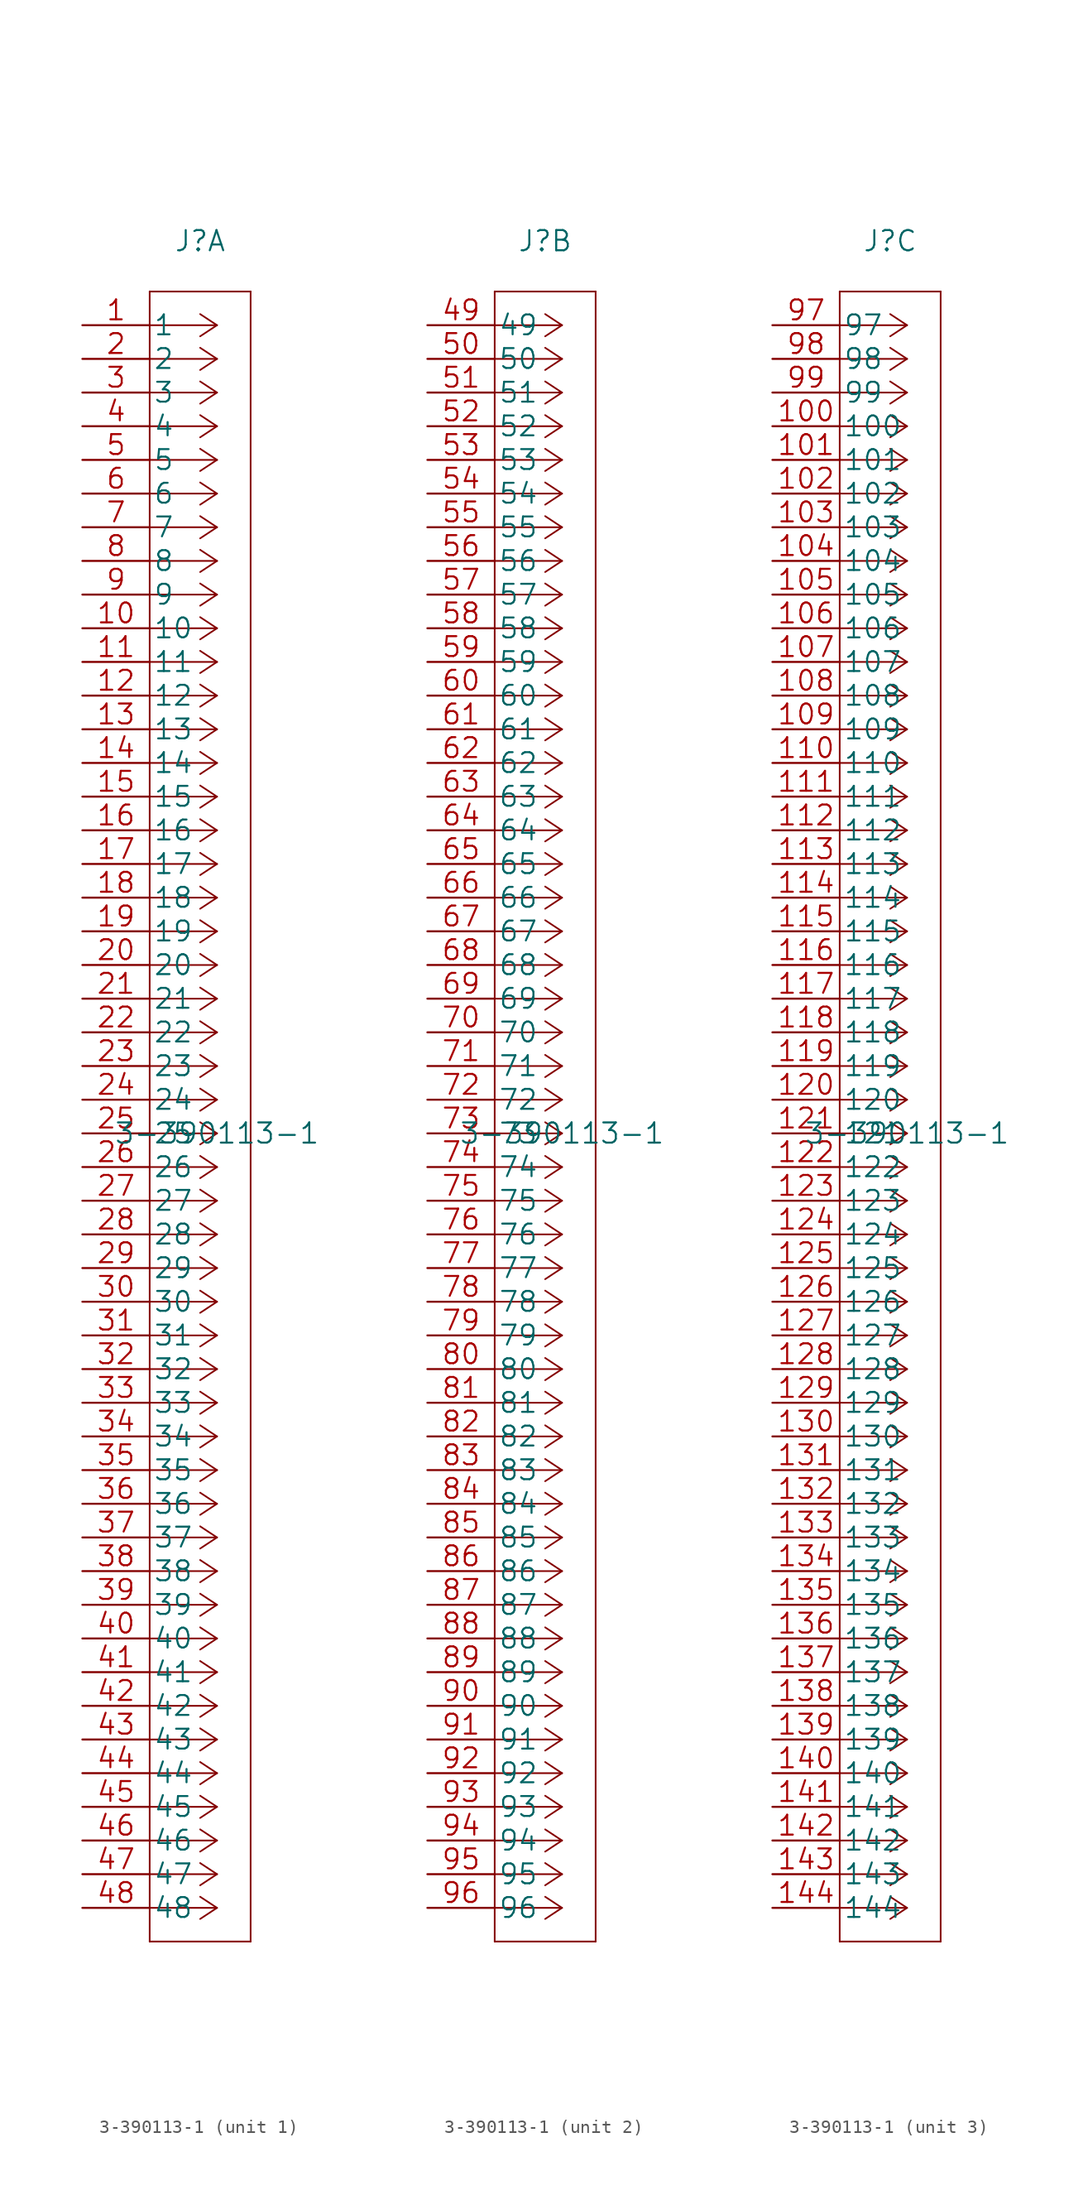
<source format=kicad_sym>
(kicad_symbol_lib
  (version 20211014)
  (generator kicad_symbol_editor)
  (symbol "3-390113-1"
    (pin_names
      (offset 0.254))
    (property "Reference" "J"
      (at 8.89 6.35 0)
      (effects (font (size 1.524 1.524))))
    (property "Value" "3-390113-1"
      (at 10.16 -60.96 0)
      (effects (font (size 1.524 1.524))))
    (property "Datasheet" ""
      (at 0 0 0)
      (effects (font (size 1.524 1.524))))
    (symbol "3-390113-1_1_0"
      (polyline (pts (xy 5.08 -121.92) (xy 12.7 -121.92)) (stroke (width 0.127) (type default) (color 0 0 0 0)) (fill (type none)))
      (polyline (pts (xy 5.08 2.54) (xy 5.08 -121.92)) (stroke (width 0.127) (type default) (color 0 0 0 0)) (fill (type none)))
      (polyline (pts (xy 10.16 -119.38) (xy 5.08 -119.38)) (stroke (width 0.127) (type default) (color 0 0 0 0)) (fill (type none)))
      (polyline (pts (xy 10.16 -119.38) (xy 8.89 -120.218)) (stroke (width 0.127) (type default) (color 0 0 0 0)) (fill (type none)))
      (polyline (pts (xy 10.16 -119.38) (xy 8.89 -118.542)) (stroke (width 0.127) (type default) (color 0 0 0 0)) (fill (type none)))
      (polyline (pts (xy 10.16 -116.84) (xy 5.08 -116.84)) (stroke (width 0.127) (type default) (color 0 0 0 0)) (fill (type none)))
      (polyline (pts (xy 10.16 -116.84) (xy 8.89 -117.678)) (stroke (width 0.127) (type default) (color 0 0 0 0)) (fill (type none)))
      (polyline (pts (xy 10.16 -116.84) (xy 8.89 -116.002)) (stroke (width 0.127) (type default) (color 0 0 0 0)) (fill (type none)))
      (polyline (pts (xy 10.16 -114.3) (xy 5.08 -114.3)) (stroke (width 0.127) (type default) (color 0 0 0 0)) (fill (type none)))
      (polyline (pts (xy 10.16 -114.3) (xy 8.89 -115.138)) (stroke (width 0.127) (type default) (color 0 0 0 0)) (fill (type none)))
      (polyline (pts (xy 10.16 -114.3) (xy 8.89 -113.462)) (stroke (width 0.127) (type default) (color 0 0 0 0)) (fill (type none)))
      (polyline (pts (xy 10.16 -111.76) (xy 5.08 -111.76)) (stroke (width 0.127) (type default) (color 0 0 0 0)) (fill (type none)))
      (polyline (pts (xy 10.16 -111.76) (xy 8.89 -112.598)) (stroke (width 0.127) (type default) (color 0 0 0 0)) (fill (type none)))
      (polyline (pts (xy 10.16 -111.76) (xy 8.89 -110.922)) (stroke (width 0.127) (type default) (color 0 0 0 0)) (fill (type none)))
      (polyline (pts (xy 10.16 -109.22) (xy 5.08 -109.22)) (stroke (width 0.127) (type default) (color 0 0 0 0)) (fill (type none)))
      (polyline (pts (xy 10.16 -109.22) (xy 8.89 -110.058)) (stroke (width 0.127) (type default) (color 0 0 0 0)) (fill (type none)))
      (polyline (pts (xy 10.16 -109.22) (xy 8.89 -108.382)) (stroke (width 0.127) (type default) (color 0 0 0 0)) (fill (type none)))
      (polyline (pts (xy 10.16 -106.68) (xy 5.08 -106.68)) (stroke (width 0.127) (type default) (color 0 0 0 0)) (fill (type none)))
      (polyline (pts (xy 10.16 -106.68) (xy 8.89 -107.518)) (stroke (width 0.127) (type default) (color 0 0 0 0)) (fill (type none)))
      (polyline (pts (xy 10.16 -106.68) (xy 8.89 -105.842)) (stroke (width 0.127) (type default) (color 0 0 0 0)) (fill (type none)))
      (polyline (pts (xy 10.16 -104.14) (xy 5.08 -104.14)) (stroke (width 0.127) (type default) (color 0 0 0 0)) (fill (type none)))
      (polyline (pts (xy 10.16 -104.14) (xy 8.89 -104.978)) (stroke (width 0.127) (type default) (color 0 0 0 0)) (fill (type none)))
      (polyline (pts (xy 10.16 -104.14) (xy 8.89 -103.302)) (stroke (width 0.127) (type default) (color 0 0 0 0)) (fill (type none)))
      (polyline (pts (xy 10.16 -101.6) (xy 5.08 -101.6)) (stroke (width 0.127) (type default) (color 0 0 0 0)) (fill (type none)))
      (polyline (pts (xy 10.16 -101.6) (xy 8.89 -102.438)) (stroke (width 0.127) (type default) (color 0 0 0 0)) (fill (type none)))
      (polyline (pts (xy 10.16 -101.6) (xy 8.89 -100.762)) (stroke (width 0.127) (type default) (color 0 0 0 0)) (fill (type none)))
      (polyline (pts (xy 10.16 -99.06) (xy 5.08 -99.06)) (stroke (width 0.127) (type default) (color 0 0 0 0)) (fill (type none)))
      (polyline (pts (xy 10.16 -99.06) (xy 8.89 -99.898)) (stroke (width 0.127) (type default) (color 0 0 0 0)) (fill (type none)))
      (polyline (pts (xy 10.16 -99.06) (xy 8.89 -98.222)) (stroke (width 0.127) (type default) (color 0 0 0 0)) (fill (type none)))
      (polyline (pts (xy 10.16 -96.52) (xy 5.08 -96.52)) (stroke (width 0.127) (type default) (color 0 0 0 0)) (fill (type none)))
      (polyline (pts (xy 10.16 -96.52) (xy 8.89 -97.358)) (stroke (width 0.127) (type default) (color 0 0 0 0)) (fill (type none)))
      (polyline (pts (xy 10.16 -96.52) (xy 8.89 -95.682)) (stroke (width 0.127) (type default) (color 0 0 0 0)) (fill (type none)))
      (polyline (pts (xy 10.16 -93.98) (xy 5.08 -93.98)) (stroke (width 0.127) (type default) (color 0 0 0 0)) (fill (type none)))
      (polyline (pts (xy 10.16 -93.98) (xy 8.89 -94.818)) (stroke (width 0.127) (type default) (color 0 0 0 0)) (fill (type none)))
      (polyline (pts (xy 10.16 -93.98) (xy 8.89 -93.142)) (stroke (width 0.127) (type default) (color 0 0 0 0)) (fill (type none)))
      (polyline (pts (xy 10.16 -91.44) (xy 5.08 -91.44)) (stroke (width 0.127) (type default) (color 0 0 0 0)) (fill (type none)))
      (polyline (pts (xy 10.16 -91.44) (xy 8.89 -92.278)) (stroke (width 0.127) (type default) (color 0 0 0 0)) (fill (type none)))
      (polyline (pts (xy 10.16 -91.44) (xy 8.89 -90.602)) (stroke (width 0.127) (type default) (color 0 0 0 0)) (fill (type none)))
      (polyline (pts (xy 10.16 -88.9) (xy 5.08 -88.9)) (stroke (width 0.127) (type default) (color 0 0 0 0)) (fill (type none)))
      (polyline (pts (xy 10.16 -88.9) (xy 8.89 -89.738)) (stroke (width 0.127) (type default) (color 0 0 0 0)) (fill (type none)))
      (polyline (pts (xy 10.16 -88.9) (xy 8.89 -88.062)) (stroke (width 0.127) (type default) (color 0 0 0 0)) (fill (type none)))
      (polyline (pts (xy 10.16 -86.36) (xy 5.08 -86.36)) (stroke (width 0.127) (type default) (color 0 0 0 0)) (fill (type none)))
      (polyline (pts (xy 10.16 -86.36) (xy 8.89 -87.198)) (stroke (width 0.127) (type default) (color 0 0 0 0)) (fill (type none)))
      (polyline (pts (xy 10.16 -86.36) (xy 8.89 -85.522)) (stroke (width 0.127) (type default) (color 0 0 0 0)) (fill (type none)))
      (polyline (pts (xy 10.16 -83.82) (xy 5.08 -83.82)) (stroke (width 0.127) (type default) (color 0 0 0 0)) (fill (type none)))
      (polyline (pts (xy 10.16 -83.82) (xy 8.89 -84.658)) (stroke (width 0.127) (type default) (color 0 0 0 0)) (fill (type none)))
      (polyline (pts (xy 10.16 -83.82) (xy 8.89 -82.982)) (stroke (width 0.127) (type default) (color 0 0 0 0)) (fill (type none)))
      (polyline (pts (xy 10.16 -81.28) (xy 5.08 -81.28)) (stroke (width 0.127) (type default) (color 0 0 0 0)) (fill (type none)))
      (polyline (pts (xy 10.16 -81.28) (xy 8.89 -82.118)) (stroke (width 0.127) (type default) (color 0 0 0 0)) (fill (type none)))
      (polyline (pts (xy 10.16 -81.28) (xy 8.89 -80.442)) (stroke (width 0.127) (type default) (color 0 0 0 0)) (fill (type none)))
      (polyline (pts (xy 10.16 -78.74) (xy 5.08 -78.74)) (stroke (width 0.127) (type default) (color 0 0 0 0)) (fill (type none)))
      (polyline (pts (xy 10.16 -78.74) (xy 8.89 -79.578)) (stroke (width 0.127) (type default) (color 0 0 0 0)) (fill (type none)))
      (polyline (pts (xy 10.16 -78.74) (xy 8.89 -77.902)) (stroke (width 0.127) (type default) (color 0 0 0 0)) (fill (type none)))
      (polyline (pts (xy 10.16 -76.2) (xy 5.08 -76.2)) (stroke (width 0.127) (type default) (color 0 0 0 0)) (fill (type none)))
      (polyline (pts (xy 10.16 -76.2) (xy 8.89 -77.038)) (stroke (width 0.127) (type default) (color 0 0 0 0)) (fill (type none)))
      (polyline (pts (xy 10.16 -76.2) (xy 8.89 -75.362)) (stroke (width 0.127) (type default) (color 0 0 0 0)) (fill (type none)))
      (polyline (pts (xy 10.16 -73.66) (xy 5.08 -73.66)) (stroke (width 0.127) (type default) (color 0 0 0 0)) (fill (type none)))
      (polyline (pts (xy 10.16 -73.66) (xy 8.89 -74.498)) (stroke (width 0.127) (type default) (color 0 0 0 0)) (fill (type none)))
      (polyline (pts (xy 10.16 -73.66) (xy 8.89 -72.822)) (stroke (width 0.127) (type default) (color 0 0 0 0)) (fill (type none)))
      (polyline (pts (xy 10.16 -71.12) (xy 5.08 -71.12)) (stroke (width 0.127) (type default) (color 0 0 0 0)) (fill (type none)))
      (polyline (pts (xy 10.16 -71.12) (xy 8.89 -71.958)) (stroke (width 0.127) (type default) (color 0 0 0 0)) (fill (type none)))
      (polyline (pts (xy 10.16 -71.12) (xy 8.89 -70.282)) (stroke (width 0.127) (type default) (color 0 0 0 0)) (fill (type none)))
      (polyline (pts (xy 10.16 -68.58) (xy 5.08 -68.58)) (stroke (width 0.127) (type default) (color 0 0 0 0)) (fill (type none)))
      (polyline (pts (xy 10.16 -68.58) (xy 8.89 -69.418)) (stroke (width 0.127) (type default) (color 0 0 0 0)) (fill (type none)))
      (polyline (pts (xy 10.16 -68.58) (xy 8.89 -67.742)) (stroke (width 0.127) (type default) (color 0 0 0 0)) (fill (type none)))
      (polyline (pts (xy 10.16 -66.04) (xy 5.08 -66.04)) (stroke (width 0.127) (type default) (color 0 0 0 0)) (fill (type none)))
      (polyline (pts (xy 10.16 -66.04) (xy 8.89 -66.878)) (stroke (width 0.127) (type default) (color 0 0 0 0)) (fill (type none)))
      (polyline (pts (xy 10.16 -66.04) (xy 8.89 -65.202)) (stroke (width 0.127) (type default) (color 0 0 0 0)) (fill (type none)))
      (polyline (pts (xy 10.16 -63.5) (xy 5.08 -63.5)) (stroke (width 0.127) (type default) (color 0 0 0 0)) (fill (type none)))
      (polyline (pts (xy 10.16 -63.5) (xy 8.89 -64.338)) (stroke (width 0.127) (type default) (color 0 0 0 0)) (fill (type none)))
      (polyline (pts (xy 10.16 -63.5) (xy 8.89 -62.662)) (stroke (width 0.127) (type default) (color 0 0 0 0)) (fill (type none)))
      (polyline (pts (xy 10.16 -60.96) (xy 5.08 -60.96)) (stroke (width 0.127) (type default) (color 0 0 0 0)) (fill (type none)))
      (polyline (pts (xy 10.16 -60.96) (xy 8.89 -61.798)) (stroke (width 0.127) (type default) (color 0 0 0 0)) (fill (type none)))
      (polyline (pts (xy 10.16 -60.96) (xy 8.89 -60.122)) (stroke (width 0.127) (type default) (color 0 0 0 0)) (fill (type none)))
      (polyline (pts (xy 10.16 -58.42) (xy 5.08 -58.42)) (stroke (width 0.127) (type default) (color 0 0 0 0)) (fill (type none)))
      (polyline (pts (xy 10.16 -58.42) (xy 8.89 -59.258)) (stroke (width 0.127) (type default) (color 0 0 0 0)) (fill (type none)))
      (polyline (pts (xy 10.16 -58.42) (xy 8.89 -57.582)) (stroke (width 0.127) (type default) (color 0 0 0 0)) (fill (type none)))
      (polyline (pts (xy 10.16 -55.88) (xy 5.08 -55.88)) (stroke (width 0.127) (type default) (color 0 0 0 0)) (fill (type none)))
      (polyline (pts (xy 10.16 -55.88) (xy 8.89 -56.718)) (stroke (width 0.127) (type default) (color 0 0 0 0)) (fill (type none)))
      (polyline (pts (xy 10.16 -55.88) (xy 8.89 -55.042)) (stroke (width 0.127) (type default) (color 0 0 0 0)) (fill (type none)))
      (polyline (pts (xy 10.16 -53.34) (xy 5.08 -53.34)) (stroke (width 0.127) (type default) (color 0 0 0 0)) (fill (type none)))
      (polyline (pts (xy 10.16 -53.34) (xy 8.89 -54.178)) (stroke (width 0.127) (type default) (color 0 0 0 0)) (fill (type none)))
      (polyline (pts (xy 10.16 -53.34) (xy 8.89 -52.502)) (stroke (width 0.127) (type default) (color 0 0 0 0)) (fill (type none)))
      (polyline (pts (xy 10.16 -50.8) (xy 5.08 -50.8)) (stroke (width 0.127) (type default) (color 0 0 0 0)) (fill (type none)))
      (polyline (pts (xy 10.16 -50.8) (xy 8.89 -51.638)) (stroke (width 0.127) (type default) (color 0 0 0 0)) (fill (type none)))
      (polyline (pts (xy 10.16 -50.8) (xy 8.89 -49.962)) (stroke (width 0.127) (type default) (color 0 0 0 0)) (fill (type none)))
      (polyline (pts (xy 10.16 -48.26) (xy 5.08 -48.26)) (stroke (width 0.127) (type default) (color 0 0 0 0)) (fill (type none)))
      (polyline (pts (xy 10.16 -48.26) (xy 8.89 -49.098)) (stroke (width 0.127) (type default) (color 0 0 0 0)) (fill (type none)))
      (polyline (pts (xy 10.16 -48.26) (xy 8.89 -47.422)) (stroke (width 0.127) (type default) (color 0 0 0 0)) (fill (type none)))
      (polyline (pts (xy 10.16 -45.72) (xy 5.08 -45.72)) (stroke (width 0.127) (type default) (color 0 0 0 0)) (fill (type none)))
      (polyline (pts (xy 10.16 -45.72) (xy 8.89 -46.558)) (stroke (width 0.127) (type default) (color 0 0 0 0)) (fill (type none)))
      (polyline (pts (xy 10.16 -45.72) (xy 8.89 -44.882)) (stroke (width 0.127) (type default) (color 0 0 0 0)) (fill (type none)))
      (polyline (pts (xy 10.16 -43.18) (xy 5.08 -43.18)) (stroke (width 0.127) (type default) (color 0 0 0 0)) (fill (type none)))
      (polyline (pts (xy 10.16 -43.18) (xy 8.89 -44.018)) (stroke (width 0.127) (type default) (color 0 0 0 0)) (fill (type none)))
      (polyline (pts (xy 10.16 -43.18) (xy 8.89 -42.342)) (stroke (width 0.127) (type default) (color 0 0 0 0)) (fill (type none)))
      (polyline (pts (xy 10.16 -40.64) (xy 5.08 -40.64)) (stroke (width 0.127) (type default) (color 0 0 0 0)) (fill (type none)))
      (polyline (pts (xy 10.16 -40.64) (xy 8.89 -41.478)) (stroke (width 0.127) (type default) (color 0 0 0 0)) (fill (type none)))
      (polyline (pts (xy 10.16 -40.64) (xy 8.89 -39.802)) (stroke (width 0.127) (type default) (color 0 0 0 0)) (fill (type none)))
      (polyline (pts (xy 10.16 -38.1) (xy 5.08 -38.1)) (stroke (width 0.127) (type default) (color 0 0 0 0)) (fill (type none)))
      (polyline (pts (xy 10.16 -38.1) (xy 8.89 -38.938)) (stroke (width 0.127) (type default) (color 0 0 0 0)) (fill (type none)))
      (polyline (pts (xy 10.16 -38.1) (xy 8.89 -37.262)) (stroke (width 0.127) (type default) (color 0 0 0 0)) (fill (type none)))
      (polyline (pts (xy 10.16 -35.56) (xy 5.08 -35.56)) (stroke (width 0.127) (type default) (color 0 0 0 0)) (fill (type none)))
      (polyline (pts (xy 10.16 -35.56) (xy 8.89 -36.398)) (stroke (width 0.127) (type default) (color 0 0 0 0)) (fill (type none)))
      (polyline (pts (xy 10.16 -35.56) (xy 8.89 -34.722)) (stroke (width 0.127) (type default) (color 0 0 0 0)) (fill (type none)))
      (polyline (pts (xy 10.16 -33.02) (xy 5.08 -33.02)) (stroke (width 0.127) (type default) (color 0 0 0 0)) (fill (type none)))
      (polyline (pts (xy 10.16 -33.02) (xy 8.89 -33.858)) (stroke (width 0.127) (type default) (color 0 0 0 0)) (fill (type none)))
      (polyline (pts (xy 10.16 -33.02) (xy 8.89 -32.182)) (stroke (width 0.127) (type default) (color 0 0 0 0)) (fill (type none)))
      (polyline (pts (xy 10.16 -30.48) (xy 5.08 -30.48)) (stroke (width 0.127) (type default) (color 0 0 0 0)) (fill (type none)))
      (polyline (pts (xy 10.16 -30.48) (xy 8.89 -31.318)) (stroke (width 0.127) (type default) (color 0 0 0 0)) (fill (type none)))
      (polyline (pts (xy 10.16 -30.48) (xy 8.89 -29.642)) (stroke (width 0.127) (type default) (color 0 0 0 0)) (fill (type none)))
      (polyline (pts (xy 10.16 -27.94) (xy 5.08 -27.94)) (stroke (width 0.127) (type default) (color 0 0 0 0)) (fill (type none)))
      (polyline (pts (xy 10.16 -27.94) (xy 8.89 -28.778)) (stroke (width 0.127) (type default) (color 0 0 0 0)) (fill (type none)))
      (polyline (pts (xy 10.16 -27.94) (xy 8.89 -27.102)) (stroke (width 0.127) (type default) (color 0 0 0 0)) (fill (type none)))
      (polyline (pts (xy 10.16 -25.4) (xy 5.08 -25.4)) (stroke (width 0.127) (type default) (color 0 0 0 0)) (fill (type none)))
      (polyline (pts (xy 10.16 -25.4) (xy 8.89 -26.238)) (stroke (width 0.127) (type default) (color 0 0 0 0)) (fill (type none)))
      (polyline (pts (xy 10.16 -25.4) (xy 8.89 -24.562)) (stroke (width 0.127) (type default) (color 0 0 0 0)) (fill (type none)))
      (polyline (pts (xy 10.16 -22.86) (xy 5.08 -22.86)) (stroke (width 0.127) (type default) (color 0 0 0 0)) (fill (type none)))
      (polyline (pts (xy 10.16 -22.86) (xy 8.89 -23.698)) (stroke (width 0.127) (type default) (color 0 0 0 0)) (fill (type none)))
      (polyline (pts (xy 10.16 -22.86) (xy 8.89 -22.022)) (stroke (width 0.127) (type default) (color 0 0 0 0)) (fill (type none)))
      (polyline (pts (xy 10.16 -20.32) (xy 5.08 -20.32)) (stroke (width 0.127) (type default) (color 0 0 0 0)) (fill (type none)))
      (polyline (pts (xy 10.16 -20.32) (xy 8.89 -21.158)) (stroke (width 0.127) (type default) (color 0 0 0 0)) (fill (type none)))
      (polyline (pts (xy 10.16 -20.32) (xy 8.89 -19.482)) (stroke (width 0.127) (type default) (color 0 0 0 0)) (fill (type none)))
      (polyline (pts (xy 10.16 -17.78) (xy 5.08 -17.78)) (stroke (width 0.127) (type default) (color 0 0 0 0)) (fill (type none)))
      (polyline (pts (xy 10.16 -17.78) (xy 8.89 -18.618)) (stroke (width 0.127) (type default) (color 0 0 0 0)) (fill (type none)))
      (polyline (pts (xy 10.16 -17.78) (xy 8.89 -16.942)) (stroke (width 0.127) (type default) (color 0 0 0 0)) (fill (type none)))
      (polyline (pts (xy 10.16 -15.24) (xy 5.08 -15.24)) (stroke (width 0.127) (type default) (color 0 0 0 0)) (fill (type none)))
      (polyline (pts (xy 10.16 -15.24) (xy 8.89 -16.078)) (stroke (width 0.127) (type default) (color 0 0 0 0)) (fill (type none)))
      (polyline (pts (xy 10.16 -15.24) (xy 8.89 -14.402)) (stroke (width 0.127) (type default) (color 0 0 0 0)) (fill (type none)))
      (polyline (pts (xy 10.16 -12.7) (xy 5.08 -12.7)) (stroke (width 0.127) (type default) (color 0 0 0 0)) (fill (type none)))
      (polyline (pts (xy 10.16 -12.7) (xy 8.89 -13.538)) (stroke (width 0.127) (type default) (color 0 0 0 0)) (fill (type none)))
      (polyline (pts (xy 10.16 -12.7) (xy 8.89 -11.862)) (stroke (width 0.127) (type default) (color 0 0 0 0)) (fill (type none)))
      (polyline (pts (xy 10.16 -10.16) (xy 5.08 -10.16)) (stroke (width 0.127) (type default) (color 0 0 0 0)) (fill (type none)))
      (polyline (pts (xy 10.16 -10.16) (xy 8.89 -10.998)) (stroke (width 0.127) (type default) (color 0 0 0 0)) (fill (type none)))
      (polyline (pts (xy 10.16 -10.16) (xy 8.89 -9.322)) (stroke (width 0.127) (type default) (color 0 0 0 0)) (fill (type none)))
      (polyline (pts (xy 10.16 -7.62) (xy 5.08 -7.62)) (stroke (width 0.127) (type default) (color 0 0 0 0)) (fill (type none)))
      (polyline (pts (xy 10.16 -7.62) (xy 8.89 -8.458)) (stroke (width 0.127) (type default) (color 0 0 0 0)) (fill (type none)))
      (polyline (pts (xy 10.16 -7.62) (xy 8.89 -6.782)) (stroke (width 0.127) (type default) (color 0 0 0 0)) (fill (type none)))
      (polyline (pts (xy 10.16 -5.08) (xy 5.08 -5.08)) (stroke (width 0.127) (type default) (color 0 0 0 0)) (fill (type none)))
      (polyline (pts (xy 10.16 -5.08) (xy 8.89 -5.918)) (stroke (width 0.127) (type default) (color 0 0 0 0)) (fill (type none)))
      (polyline (pts (xy 10.16 -5.08) (xy 8.89 -4.242)) (stroke (width 0.127) (type default) (color 0 0 0 0)) (fill (type none)))
      (polyline (pts (xy 10.16 -2.54) (xy 5.08 -2.54)) (stroke (width 0.127) (type default) (color 0 0 0 0)) (fill (type none)))
      (polyline (pts (xy 10.16 -2.54) (xy 8.89 -3.378)) (stroke (width 0.127) (type default) (color 0 0 0 0)) (fill (type none)))
      (polyline (pts (xy 10.16 -2.54) (xy 8.89 -1.702)) (stroke (width 0.127) (type default) (color 0 0 0 0)) (fill (type none)))
      (polyline (pts (xy 10.16 0) (xy 5.08 0)) (stroke (width 0.127) (type default) (color 0 0 0 0)) (fill (type none)))
      (polyline (pts (xy 10.16 0) (xy 8.89 -0.838)) (stroke (width 0.127) (type default) (color 0 0 0 0)) (fill (type none)))
      (polyline (pts (xy 10.16 0) (xy 8.89 0.838)) (stroke (width 0.127) (type default) (color 0 0 0 0)) (fill (type none)))
      (polyline (pts (xy 12.7 -121.92) (xy 12.7 2.54)) (stroke (width 0.127) (type default) (color 0 0 0 0)) (fill (type none)))
      (polyline (pts (xy 12.7 2.54) (xy 5.08 2.54)) (stroke (width 0.127) (type default) (color 0 0 0 0)) (fill (type none)))
      (pin unspecified line (at 0 0 0) (length 5.08) (name "1" (effects (font (size 1.499 1.499)))) (number "1" (effects (font (size 1.499 1.499)))))
      (pin unspecified line (at 0 -22.86 0) (length 5.08) (name "10" (effects (font (size 1.499 1.499)))) (number "10" (effects (font (size 1.499 1.499)))))
      (pin unspecified line (at 0 -25.4 0) (length 5.08) (name "11" (effects (font (size 1.499 1.499)))) (number "11" (effects (font (size 1.499 1.499)))))
      (pin unspecified line (at 0 -27.94 0) (length 5.08) (name "12" (effects (font (size 1.499 1.499)))) (number "12" (effects (font (size 1.499 1.499)))))
      (pin unspecified line (at 0 -30.48 0) (length 5.08) (name "13" (effects (font (size 1.499 1.499)))) (number "13" (effects (font (size 1.499 1.499)))))
      (pin unspecified line (at 0 -33.02 0) (length 5.08) (name "14" (effects (font (size 1.499 1.499)))) (number "14" (effects (font (size 1.499 1.499)))))
      (pin unspecified line (at 0 -35.56 0) (length 5.08) (name "15" (effects (font (size 1.499 1.499)))) (number "15" (effects (font (size 1.499 1.499)))))
      (pin unspecified line (at 0 -38.1 0) (length 5.08) (name "16" (effects (font (size 1.499 1.499)))) (number "16" (effects (font (size 1.499 1.499)))))
      (pin unspecified line (at 0 -40.64 0) (length 5.08) (name "17" (effects (font (size 1.499 1.499)))) (number "17" (effects (font (size 1.499 1.499)))))
      (pin unspecified line (at 0 -43.18 0) (length 5.08) (name "18" (effects (font (size 1.499 1.499)))) (number "18" (effects (font (size 1.499 1.499)))))
      (pin unspecified line (at 0 -45.72 0) (length 5.08) (name "19" (effects (font (size 1.499 1.499)))) (number "19" (effects (font (size 1.499 1.499)))))
      (pin unspecified line (at 0 -2.54 0) (length 5.08) (name "2" (effects (font (size 1.499 1.499)))) (number "2" (effects (font (size 1.499 1.499)))))
      (pin unspecified line (at 0 -48.26 0) (length 5.08) (name "20" (effects (font (size 1.499 1.499)))) (number "20" (effects (font (size 1.499 1.499)))))
      (pin unspecified line (at 0 -50.8 0) (length 5.08) (name "21" (effects (font (size 1.499 1.499)))) (number "21" (effects (font (size 1.499 1.499)))))
      (pin unspecified line (at 0 -53.34 0) (length 5.08) (name "22" (effects (font (size 1.499 1.499)))) (number "22" (effects (font (size 1.499 1.499)))))
      (pin unspecified line (at 0 -55.88 0) (length 5.08) (name "23" (effects (font (size 1.499 1.499)))) (number "23" (effects (font (size 1.499 1.499)))))
      (pin unspecified line (at 0 -58.42 0) (length 5.08) (name "24" (effects (font (size 1.499 1.499)))) (number "24" (effects (font (size 1.499 1.499)))))
      (pin unspecified line (at 0 -60.96 0) (length 5.08) (name "25" (effects (font (size 1.499 1.499)))) (number "25" (effects (font (size 1.499 1.499)))))
      (pin unspecified line (at 0 -63.5 0) (length 5.08) (name "26" (effects (font (size 1.499 1.499)))) (number "26" (effects (font (size 1.499 1.499)))))
      (pin unspecified line (at 0 -66.04 0) (length 5.08) (name "27" (effects (font (size 1.499 1.499)))) (number "27" (effects (font (size 1.499 1.499)))))
      (pin unspecified line (at 0 -68.58 0) (length 5.08) (name "28" (effects (font (size 1.499 1.499)))) (number "28" (effects (font (size 1.499 1.499)))))
      (pin unspecified line (at 0 -71.12 0) (length 5.08) (name "29" (effects (font (size 1.499 1.499)))) (number "29" (effects (font (size 1.499 1.499)))))
      (pin unspecified line (at 0 -5.08 0) (length 5.08) (name "3" (effects (font (size 1.499 1.499)))) (number "3" (effects (font (size 1.499 1.499)))))
      (pin unspecified line (at 0 -73.66 0) (length 5.08) (name "30" (effects (font (size 1.499 1.499)))) (number "30" (effects (font (size 1.499 1.499)))))
      (pin unspecified line (at 0 -76.2 0) (length 5.08) (name "31" (effects (font (size 1.499 1.499)))) (number "31" (effects (font (size 1.499 1.499)))))
      (pin unspecified line (at 0 -78.74 0) (length 5.08) (name "32" (effects (font (size 1.499 1.499)))) (number "32" (effects (font (size 1.499 1.499)))))
      (pin unspecified line (at 0 -81.28 0) (length 5.08) (name "33" (effects (font (size 1.499 1.499)))) (number "33" (effects (font (size 1.499 1.499)))))
      (pin unspecified line (at 0 -83.82 0) (length 5.08) (name "34" (effects (font (size 1.499 1.499)))) (number "34" (effects (font (size 1.499 1.499)))))
      (pin unspecified line (at 0 -86.36 0) (length 5.08) (name "35" (effects (font (size 1.499 1.499)))) (number "35" (effects (font (size 1.499 1.499)))))
      (pin unspecified line (at 0 -88.9 0) (length 5.08) (name "36" (effects (font (size 1.499 1.499)))) (number "36" (effects (font (size 1.499 1.499)))))
      (pin unspecified line (at 0 -91.44 0) (length 5.08) (name "37" (effects (font (size 1.499 1.499)))) (number "37" (effects (font (size 1.499 1.499)))))
      (pin unspecified line (at 0 -93.98 0) (length 5.08) (name "38" (effects (font (size 1.499 1.499)))) (number "38" (effects (font (size 1.499 1.499)))))
      (pin unspecified line (at 0 -96.52 0) (length 5.08) (name "39" (effects (font (size 1.499 1.499)))) (number "39" (effects (font (size 1.499 1.499)))))
      (pin unspecified line (at 0 -7.62 0) (length 5.08) (name "4" (effects (font (size 1.499 1.499)))) (number "4" (effects (font (size 1.499 1.499)))))
      (pin unspecified line (at 0 -99.06 0) (length 5.08) (name "40" (effects (font (size 1.499 1.499)))) (number "40" (effects (font (size 1.499 1.499)))))
      (pin unspecified line (at 0 -101.6 0) (length 5.08) (name "41" (effects (font (size 1.499 1.499)))) (number "41" (effects (font (size 1.499 1.499)))))
      (pin unspecified line (at 0 -104.14 0) (length 5.08) (name "42" (effects (font (size 1.499 1.499)))) (number "42" (effects (font (size 1.499 1.499)))))
      (pin unspecified line (at 0 -106.68 0) (length 5.08) (name "43" (effects (font (size 1.499 1.499)))) (number "43" (effects (font (size 1.499 1.499)))))
      (pin unspecified line (at 0 -109.22 0) (length 5.08) (name "44" (effects (font (size 1.499 1.499)))) (number "44" (effects (font (size 1.499 1.499)))))
      (pin unspecified line (at 0 -111.76 0) (length 5.08) (name "45" (effects (font (size 1.499 1.499)))) (number "45" (effects (font (size 1.499 1.499)))))
      (pin unspecified line (at 0 -114.3 0) (length 5.08) (name "46" (effects (font (size 1.499 1.499)))) (number "46" (effects (font (size 1.499 1.499)))))
      (pin unspecified line (at 0 -116.84 0) (length 5.08) (name "47" (effects (font (size 1.499 1.499)))) (number "47" (effects (font (size 1.499 1.499)))))
      (pin unspecified line (at 0 -119.38 0) (length 5.08) (name "48" (effects (font (size 1.499 1.499)))) (number "48" (effects (font (size 1.499 1.499)))))
      (pin unspecified line (at 0 -10.16 0) (length 5.08) (name "5" (effects (font (size 1.499 1.499)))) (number "5" (effects (font (size 1.499 1.499)))))
      (pin unspecified line (at 0 -12.7 0) (length 5.08) (name "6" (effects (font (size 1.499 1.499)))) (number "6" (effects (font (size 1.499 1.499)))))
      (pin unspecified line (at 0 -15.24 0) (length 5.08) (name "7" (effects (font (size 1.499 1.499)))) (number "7" (effects (font (size 1.499 1.499)))))
      (pin unspecified line (at 0 -17.78 0) (length 5.08) (name "8" (effects (font (size 1.499 1.499)))) (number "8" (effects (font (size 1.499 1.499)))))
      (pin unspecified line (at 0 -20.32 0) (length 5.08) (name "9" (effects (font (size 1.499 1.499)))) (number "9" (effects (font (size 1.499 1.499))))))
    (symbol "3-390113-1_2_0"
      (polyline (pts (xy 5.08 -121.92) (xy 12.7 -121.92)) (stroke (width 0.127) (type default) (color 0 0 0 0)) (fill (type none)))
      (polyline (pts (xy 5.08 2.54) (xy 5.08 -121.92)) (stroke (width 0.127) (type default) (color 0 0 0 0)) (fill (type none)))
      (polyline (pts (xy 10.16 -119.38) (xy 5.08 -119.38)) (stroke (width 0.127) (type default) (color 0 0 0 0)) (fill (type none)))
      (polyline (pts (xy 10.16 -119.38) (xy 8.89 -120.218)) (stroke (width 0.127) (type default) (color 0 0 0 0)) (fill (type none)))
      (polyline (pts (xy 10.16 -119.38) (xy 8.89 -118.542)) (stroke (width 0.127) (type default) (color 0 0 0 0)) (fill (type none)))
      (polyline (pts (xy 10.16 -116.84) (xy 5.08 -116.84)) (stroke (width 0.127) (type default) (color 0 0 0 0)) (fill (type none)))
      (polyline (pts (xy 10.16 -116.84) (xy 8.89 -117.678)) (stroke (width 0.127) (type default) (color 0 0 0 0)) (fill (type none)))
      (polyline (pts (xy 10.16 -116.84) (xy 8.89 -116.002)) (stroke (width 0.127) (type default) (color 0 0 0 0)) (fill (type none)))
      (polyline (pts (xy 10.16 -114.3) (xy 5.08 -114.3)) (stroke (width 0.127) (type default) (color 0 0 0 0)) (fill (type none)))
      (polyline (pts (xy 10.16 -114.3) (xy 8.89 -115.138)) (stroke (width 0.127) (type default) (color 0 0 0 0)) (fill (type none)))
      (polyline (pts (xy 10.16 -114.3) (xy 8.89 -113.462)) (stroke (width 0.127) (type default) (color 0 0 0 0)) (fill (type none)))
      (polyline (pts (xy 10.16 -111.76) (xy 5.08 -111.76)) (stroke (width 0.127) (type default) (color 0 0 0 0)) (fill (type none)))
      (polyline (pts (xy 10.16 -111.76) (xy 8.89 -112.598)) (stroke (width 0.127) (type default) (color 0 0 0 0)) (fill (type none)))
      (polyline (pts (xy 10.16 -111.76) (xy 8.89 -110.922)) (stroke (width 0.127) (type default) (color 0 0 0 0)) (fill (type none)))
      (polyline (pts (xy 10.16 -109.22) (xy 5.08 -109.22)) (stroke (width 0.127) (type default) (color 0 0 0 0)) (fill (type none)))
      (polyline (pts (xy 10.16 -109.22) (xy 8.89 -110.058)) (stroke (width 0.127) (type default) (color 0 0 0 0)) (fill (type none)))
      (polyline (pts (xy 10.16 -109.22) (xy 8.89 -108.382)) (stroke (width 0.127) (type default) (color 0 0 0 0)) (fill (type none)))
      (polyline (pts (xy 10.16 -106.68) (xy 5.08 -106.68)) (stroke (width 0.127) (type default) (color 0 0 0 0)) (fill (type none)))
      (polyline (pts (xy 10.16 -106.68) (xy 8.89 -107.518)) (stroke (width 0.127) (type default) (color 0 0 0 0)) (fill (type none)))
      (polyline (pts (xy 10.16 -106.68) (xy 8.89 -105.842)) (stroke (width 0.127) (type default) (color 0 0 0 0)) (fill (type none)))
      (polyline (pts (xy 10.16 -104.14) (xy 5.08 -104.14)) (stroke (width 0.127) (type default) (color 0 0 0 0)) (fill (type none)))
      (polyline (pts (xy 10.16 -104.14) (xy 8.89 -104.978)) (stroke (width 0.127) (type default) (color 0 0 0 0)) (fill (type none)))
      (polyline (pts (xy 10.16 -104.14) (xy 8.89 -103.302)) (stroke (width 0.127) (type default) (color 0 0 0 0)) (fill (type none)))
      (polyline (pts (xy 10.16 -101.6) (xy 5.08 -101.6)) (stroke (width 0.127) (type default) (color 0 0 0 0)) (fill (type none)))
      (polyline (pts (xy 10.16 -101.6) (xy 8.89 -102.438)) (stroke (width 0.127) (type default) (color 0 0 0 0)) (fill (type none)))
      (polyline (pts (xy 10.16 -101.6) (xy 8.89 -100.762)) (stroke (width 0.127) (type default) (color 0 0 0 0)) (fill (type none)))
      (polyline (pts (xy 10.16 -99.06) (xy 5.08 -99.06)) (stroke (width 0.127) (type default) (color 0 0 0 0)) (fill (type none)))
      (polyline (pts (xy 10.16 -99.06) (xy 8.89 -99.898)) (stroke (width 0.127) (type default) (color 0 0 0 0)) (fill (type none)))
      (polyline (pts (xy 10.16 -99.06) (xy 8.89 -98.222)) (stroke (width 0.127) (type default) (color 0 0 0 0)) (fill (type none)))
      (polyline (pts (xy 10.16 -96.52) (xy 5.08 -96.52)) (stroke (width 0.127) (type default) (color 0 0 0 0)) (fill (type none)))
      (polyline (pts (xy 10.16 -96.52) (xy 8.89 -97.358)) (stroke (width 0.127) (type default) (color 0 0 0 0)) (fill (type none)))
      (polyline (pts (xy 10.16 -96.52) (xy 8.89 -95.682)) (stroke (width 0.127) (type default) (color 0 0 0 0)) (fill (type none)))
      (polyline (pts (xy 10.16 -93.98) (xy 5.08 -93.98)) (stroke (width 0.127) (type default) (color 0 0 0 0)) (fill (type none)))
      (polyline (pts (xy 10.16 -93.98) (xy 8.89 -94.818)) (stroke (width 0.127) (type default) (color 0 0 0 0)) (fill (type none)))
      (polyline (pts (xy 10.16 -93.98) (xy 8.89 -93.142)) (stroke (width 0.127) (type default) (color 0 0 0 0)) (fill (type none)))
      (polyline (pts (xy 10.16 -91.44) (xy 5.08 -91.44)) (stroke (width 0.127) (type default) (color 0 0 0 0)) (fill (type none)))
      (polyline (pts (xy 10.16 -91.44) (xy 8.89 -92.278)) (stroke (width 0.127) (type default) (color 0 0 0 0)) (fill (type none)))
      (polyline (pts (xy 10.16 -91.44) (xy 8.89 -90.602)) (stroke (width 0.127) (type default) (color 0 0 0 0)) (fill (type none)))
      (polyline (pts (xy 10.16 -88.9) (xy 5.08 -88.9)) (stroke (width 0.127) (type default) (color 0 0 0 0)) (fill (type none)))
      (polyline (pts (xy 10.16 -88.9) (xy 8.89 -89.738)) (stroke (width 0.127) (type default) (color 0 0 0 0)) (fill (type none)))
      (polyline (pts (xy 10.16 -88.9) (xy 8.89 -88.062)) (stroke (width 0.127) (type default) (color 0 0 0 0)) (fill (type none)))
      (polyline (pts (xy 10.16 -86.36) (xy 5.08 -86.36)) (stroke (width 0.127) (type default) (color 0 0 0 0)) (fill (type none)))
      (polyline (pts (xy 10.16 -86.36) (xy 8.89 -87.198)) (stroke (width 0.127) (type default) (color 0 0 0 0)) (fill (type none)))
      (polyline (pts (xy 10.16 -86.36) (xy 8.89 -85.522)) (stroke (width 0.127) (type default) (color 0 0 0 0)) (fill (type none)))
      (polyline (pts (xy 10.16 -83.82) (xy 5.08 -83.82)) (stroke (width 0.127) (type default) (color 0 0 0 0)) (fill (type none)))
      (polyline (pts (xy 10.16 -83.82) (xy 8.89 -84.658)) (stroke (width 0.127) (type default) (color 0 0 0 0)) (fill (type none)))
      (polyline (pts (xy 10.16 -83.82) (xy 8.89 -82.982)) (stroke (width 0.127) (type default) (color 0 0 0 0)) (fill (type none)))
      (polyline (pts (xy 10.16 -81.28) (xy 5.08 -81.28)) (stroke (width 0.127) (type default) (color 0 0 0 0)) (fill (type none)))
      (polyline (pts (xy 10.16 -81.28) (xy 8.89 -82.118)) (stroke (width 0.127) (type default) (color 0 0 0 0)) (fill (type none)))
      (polyline (pts (xy 10.16 -81.28) (xy 8.89 -80.442)) (stroke (width 0.127) (type default) (color 0 0 0 0)) (fill (type none)))
      (polyline (pts (xy 10.16 -78.74) (xy 5.08 -78.74)) (stroke (width 0.127) (type default) (color 0 0 0 0)) (fill (type none)))
      (polyline (pts (xy 10.16 -78.74) (xy 8.89 -79.578)) (stroke (width 0.127) (type default) (color 0 0 0 0)) (fill (type none)))
      (polyline (pts (xy 10.16 -78.74) (xy 8.89 -77.902)) (stroke (width 0.127) (type default) (color 0 0 0 0)) (fill (type none)))
      (polyline (pts (xy 10.16 -76.2) (xy 5.08 -76.2)) (stroke (width 0.127) (type default) (color 0 0 0 0)) (fill (type none)))
      (polyline (pts (xy 10.16 -76.2) (xy 8.89 -77.038)) (stroke (width 0.127) (type default) (color 0 0 0 0)) (fill (type none)))
      (polyline (pts (xy 10.16 -76.2) (xy 8.89 -75.362)) (stroke (width 0.127) (type default) (color 0 0 0 0)) (fill (type none)))
      (polyline (pts (xy 10.16 -73.66) (xy 5.08 -73.66)) (stroke (width 0.127) (type default) (color 0 0 0 0)) (fill (type none)))
      (polyline (pts (xy 10.16 -73.66) (xy 8.89 -74.498)) (stroke (width 0.127) (type default) (color 0 0 0 0)) (fill (type none)))
      (polyline (pts (xy 10.16 -73.66) (xy 8.89 -72.822)) (stroke (width 0.127) (type default) (color 0 0 0 0)) (fill (type none)))
      (polyline (pts (xy 10.16 -71.12) (xy 5.08 -71.12)) (stroke (width 0.127) (type default) (color 0 0 0 0)) (fill (type none)))
      (polyline (pts (xy 10.16 -71.12) (xy 8.89 -71.958)) (stroke (width 0.127) (type default) (color 0 0 0 0)) (fill (type none)))
      (polyline (pts (xy 10.16 -71.12) (xy 8.89 -70.282)) (stroke (width 0.127) (type default) (color 0 0 0 0)) (fill (type none)))
      (polyline (pts (xy 10.16 -68.58) (xy 5.08 -68.58)) (stroke (width 0.127) (type default) (color 0 0 0 0)) (fill (type none)))
      (polyline (pts (xy 10.16 -68.58) (xy 8.89 -69.418)) (stroke (width 0.127) (type default) (color 0 0 0 0)) (fill (type none)))
      (polyline (pts (xy 10.16 -68.58) (xy 8.89 -67.742)) (stroke (width 0.127) (type default) (color 0 0 0 0)) (fill (type none)))
      (polyline (pts (xy 10.16 -66.04) (xy 5.08 -66.04)) (stroke (width 0.127) (type default) (color 0 0 0 0)) (fill (type none)))
      (polyline (pts (xy 10.16 -66.04) (xy 8.89 -66.878)) (stroke (width 0.127) (type default) (color 0 0 0 0)) (fill (type none)))
      (polyline (pts (xy 10.16 -66.04) (xy 8.89 -65.202)) (stroke (width 0.127) (type default) (color 0 0 0 0)) (fill (type none)))
      (polyline (pts (xy 10.16 -63.5) (xy 5.08 -63.5)) (stroke (width 0.127) (type default) (color 0 0 0 0)) (fill (type none)))
      (polyline (pts (xy 10.16 -63.5) (xy 8.89 -64.338)) (stroke (width 0.127) (type default) (color 0 0 0 0)) (fill (type none)))
      (polyline (pts (xy 10.16 -63.5) (xy 8.89 -62.662)) (stroke (width 0.127) (type default) (color 0 0 0 0)) (fill (type none)))
      (polyline (pts (xy 10.16 -60.96) (xy 5.08 -60.96)) (stroke (width 0.127) (type default) (color 0 0 0 0)) (fill (type none)))
      (polyline (pts (xy 10.16 -60.96) (xy 8.89 -61.798)) (stroke (width 0.127) (type default) (color 0 0 0 0)) (fill (type none)))
      (polyline (pts (xy 10.16 -60.96) (xy 8.89 -60.122)) (stroke (width 0.127) (type default) (color 0 0 0 0)) (fill (type none)))
      (polyline (pts (xy 10.16 -58.42) (xy 5.08 -58.42)) (stroke (width 0.127) (type default) (color 0 0 0 0)) (fill (type none)))
      (polyline (pts (xy 10.16 -58.42) (xy 8.89 -59.258)) (stroke (width 0.127) (type default) (color 0 0 0 0)) (fill (type none)))
      (polyline (pts (xy 10.16 -58.42) (xy 8.89 -57.582)) (stroke (width 0.127) (type default) (color 0 0 0 0)) (fill (type none)))
      (polyline (pts (xy 10.16 -55.88) (xy 5.08 -55.88)) (stroke (width 0.127) (type default) (color 0 0 0 0)) (fill (type none)))
      (polyline (pts (xy 10.16 -55.88) (xy 8.89 -56.718)) (stroke (width 0.127) (type default) (color 0 0 0 0)) (fill (type none)))
      (polyline (pts (xy 10.16 -55.88) (xy 8.89 -55.042)) (stroke (width 0.127) (type default) (color 0 0 0 0)) (fill (type none)))
      (polyline (pts (xy 10.16 -53.34) (xy 5.08 -53.34)) (stroke (width 0.127) (type default) (color 0 0 0 0)) (fill (type none)))
      (polyline (pts (xy 10.16 -53.34) (xy 8.89 -54.178)) (stroke (width 0.127) (type default) (color 0 0 0 0)) (fill (type none)))
      (polyline (pts (xy 10.16 -53.34) (xy 8.89 -52.502)) (stroke (width 0.127) (type default) (color 0 0 0 0)) (fill (type none)))
      (polyline (pts (xy 10.16 -50.8) (xy 5.08 -50.8)) (stroke (width 0.127) (type default) (color 0 0 0 0)) (fill (type none)))
      (polyline (pts (xy 10.16 -50.8) (xy 8.89 -51.638)) (stroke (width 0.127) (type default) (color 0 0 0 0)) (fill (type none)))
      (polyline (pts (xy 10.16 -50.8) (xy 8.89 -49.962)) (stroke (width 0.127) (type default) (color 0 0 0 0)) (fill (type none)))
      (polyline (pts (xy 10.16 -48.26) (xy 5.08 -48.26)) (stroke (width 0.127) (type default) (color 0 0 0 0)) (fill (type none)))
      (polyline (pts (xy 10.16 -48.26) (xy 8.89 -49.098)) (stroke (width 0.127) (type default) (color 0 0 0 0)) (fill (type none)))
      (polyline (pts (xy 10.16 -48.26) (xy 8.89 -47.422)) (stroke (width 0.127) (type default) (color 0 0 0 0)) (fill (type none)))
      (polyline (pts (xy 10.16 -45.72) (xy 5.08 -45.72)) (stroke (width 0.127) (type default) (color 0 0 0 0)) (fill (type none)))
      (polyline (pts (xy 10.16 -45.72) (xy 8.89 -46.558)) (stroke (width 0.127) (type default) (color 0 0 0 0)) (fill (type none)))
      (polyline (pts (xy 10.16 -45.72) (xy 8.89 -44.882)) (stroke (width 0.127) (type default) (color 0 0 0 0)) (fill (type none)))
      (polyline (pts (xy 10.16 -43.18) (xy 5.08 -43.18)) (stroke (width 0.127) (type default) (color 0 0 0 0)) (fill (type none)))
      (polyline (pts (xy 10.16 -43.18) (xy 8.89 -44.018)) (stroke (width 0.127) (type default) (color 0 0 0 0)) (fill (type none)))
      (polyline (pts (xy 10.16 -43.18) (xy 8.89 -42.342)) (stroke (width 0.127) (type default) (color 0 0 0 0)) (fill (type none)))
      (polyline (pts (xy 10.16 -40.64) (xy 5.08 -40.64)) (stroke (width 0.127) (type default) (color 0 0 0 0)) (fill (type none)))
      (polyline (pts (xy 10.16 -40.64) (xy 8.89 -41.478)) (stroke (width 0.127) (type default) (color 0 0 0 0)) (fill (type none)))
      (polyline (pts (xy 10.16 -40.64) (xy 8.89 -39.802)) (stroke (width 0.127) (type default) (color 0 0 0 0)) (fill (type none)))
      (polyline (pts (xy 10.16 -38.1) (xy 5.08 -38.1)) (stroke (width 0.127) (type default) (color 0 0 0 0)) (fill (type none)))
      (polyline (pts (xy 10.16 -38.1) (xy 8.89 -38.938)) (stroke (width 0.127) (type default) (color 0 0 0 0)) (fill (type none)))
      (polyline (pts (xy 10.16 -38.1) (xy 8.89 -37.262)) (stroke (width 0.127) (type default) (color 0 0 0 0)) (fill (type none)))
      (polyline (pts (xy 10.16 -35.56) (xy 5.08 -35.56)) (stroke (width 0.127) (type default) (color 0 0 0 0)) (fill (type none)))
      (polyline (pts (xy 10.16 -35.56) (xy 8.89 -36.398)) (stroke (width 0.127) (type default) (color 0 0 0 0)) (fill (type none)))
      (polyline (pts (xy 10.16 -35.56) (xy 8.89 -34.722)) (stroke (width 0.127) (type default) (color 0 0 0 0)) (fill (type none)))
      (polyline (pts (xy 10.16 -33.02) (xy 5.08 -33.02)) (stroke (width 0.127) (type default) (color 0 0 0 0)) (fill (type none)))
      (polyline (pts (xy 10.16 -33.02) (xy 8.89 -33.858)) (stroke (width 0.127) (type default) (color 0 0 0 0)) (fill (type none)))
      (polyline (pts (xy 10.16 -33.02) (xy 8.89 -32.182)) (stroke (width 0.127) (type default) (color 0 0 0 0)) (fill (type none)))
      (polyline (pts (xy 10.16 -30.48) (xy 5.08 -30.48)) (stroke (width 0.127) (type default) (color 0 0 0 0)) (fill (type none)))
      (polyline (pts (xy 10.16 -30.48) (xy 8.89 -31.318)) (stroke (width 0.127) (type default) (color 0 0 0 0)) (fill (type none)))
      (polyline (pts (xy 10.16 -30.48) (xy 8.89 -29.642)) (stroke (width 0.127) (type default) (color 0 0 0 0)) (fill (type none)))
      (polyline (pts (xy 10.16 -27.94) (xy 5.08 -27.94)) (stroke (width 0.127) (type default) (color 0 0 0 0)) (fill (type none)))
      (polyline (pts (xy 10.16 -27.94) (xy 8.89 -28.778)) (stroke (width 0.127) (type default) (color 0 0 0 0)) (fill (type none)))
      (polyline (pts (xy 10.16 -27.94) (xy 8.89 -27.102)) (stroke (width 0.127) (type default) (color 0 0 0 0)) (fill (type none)))
      (polyline (pts (xy 10.16 -25.4) (xy 5.08 -25.4)) (stroke (width 0.127) (type default) (color 0 0 0 0)) (fill (type none)))
      (polyline (pts (xy 10.16 -25.4) (xy 8.89 -26.238)) (stroke (width 0.127) (type default) (color 0 0 0 0)) (fill (type none)))
      (polyline (pts (xy 10.16 -25.4) (xy 8.89 -24.562)) (stroke (width 0.127) (type default) (color 0 0 0 0)) (fill (type none)))
      (polyline (pts (xy 10.16 -22.86) (xy 5.08 -22.86)) (stroke (width 0.127) (type default) (color 0 0 0 0)) (fill (type none)))
      (polyline (pts (xy 10.16 -22.86) (xy 8.89 -23.698)) (stroke (width 0.127) (type default) (color 0 0 0 0)) (fill (type none)))
      (polyline (pts (xy 10.16 -22.86) (xy 8.89 -22.022)) (stroke (width 0.127) (type default) (color 0 0 0 0)) (fill (type none)))
      (polyline (pts (xy 10.16 -20.32) (xy 5.08 -20.32)) (stroke (width 0.127) (type default) (color 0 0 0 0)) (fill (type none)))
      (polyline (pts (xy 10.16 -20.32) (xy 8.89 -21.158)) (stroke (width 0.127) (type default) (color 0 0 0 0)) (fill (type none)))
      (polyline (pts (xy 10.16 -20.32) (xy 8.89 -19.482)) (stroke (width 0.127) (type default) (color 0 0 0 0)) (fill (type none)))
      (polyline (pts (xy 10.16 -17.78) (xy 5.08 -17.78)) (stroke (width 0.127) (type default) (color 0 0 0 0)) (fill (type none)))
      (polyline (pts (xy 10.16 -17.78) (xy 8.89 -18.618)) (stroke (width 0.127) (type default) (color 0 0 0 0)) (fill (type none)))
      (polyline (pts (xy 10.16 -17.78) (xy 8.89 -16.942)) (stroke (width 0.127) (type default) (color 0 0 0 0)) (fill (type none)))
      (polyline (pts (xy 10.16 -15.24) (xy 5.08 -15.24)) (stroke (width 0.127) (type default) (color 0 0 0 0)) (fill (type none)))
      (polyline (pts (xy 10.16 -15.24) (xy 8.89 -16.078)) (stroke (width 0.127) (type default) (color 0 0 0 0)) (fill (type none)))
      (polyline (pts (xy 10.16 -15.24) (xy 8.89 -14.402)) (stroke (width 0.127) (type default) (color 0 0 0 0)) (fill (type none)))
      (polyline (pts (xy 10.16 -12.7) (xy 5.08 -12.7)) (stroke (width 0.127) (type default) (color 0 0 0 0)) (fill (type none)))
      (polyline (pts (xy 10.16 -12.7) (xy 8.89 -13.538)) (stroke (width 0.127) (type default) (color 0 0 0 0)) (fill (type none)))
      (polyline (pts (xy 10.16 -12.7) (xy 8.89 -11.862)) (stroke (width 0.127) (type default) (color 0 0 0 0)) (fill (type none)))
      (polyline (pts (xy 10.16 -10.16) (xy 5.08 -10.16)) (stroke (width 0.127) (type default) (color 0 0 0 0)) (fill (type none)))
      (polyline (pts (xy 10.16 -10.16) (xy 8.89 -10.998)) (stroke (width 0.127) (type default) (color 0 0 0 0)) (fill (type none)))
      (polyline (pts (xy 10.16 -10.16) (xy 8.89 -9.322)) (stroke (width 0.127) (type default) (color 0 0 0 0)) (fill (type none)))
      (polyline (pts (xy 10.16 -7.62) (xy 5.08 -7.62)) (stroke (width 0.127) (type default) (color 0 0 0 0)) (fill (type none)))
      (polyline (pts (xy 10.16 -7.62) (xy 8.89 -8.458)) (stroke (width 0.127) (type default) (color 0 0 0 0)) (fill (type none)))
      (polyline (pts (xy 10.16 -7.62) (xy 8.89 -6.782)) (stroke (width 0.127) (type default) (color 0 0 0 0)) (fill (type none)))
      (polyline (pts (xy 10.16 -5.08) (xy 5.08 -5.08)) (stroke (width 0.127) (type default) (color 0 0 0 0)) (fill (type none)))
      (polyline (pts (xy 10.16 -5.08) (xy 8.89 -5.918)) (stroke (width 0.127) (type default) (color 0 0 0 0)) (fill (type none)))
      (polyline (pts (xy 10.16 -5.08) (xy 8.89 -4.242)) (stroke (width 0.127) (type default) (color 0 0 0 0)) (fill (type none)))
      (polyline (pts (xy 10.16 -2.54) (xy 5.08 -2.54)) (stroke (width 0.127) (type default) (color 0 0 0 0)) (fill (type none)))
      (polyline (pts (xy 10.16 -2.54) (xy 8.89 -3.378)) (stroke (width 0.127) (type default) (color 0 0 0 0)) (fill (type none)))
      (polyline (pts (xy 10.16 -2.54) (xy 8.89 -1.702)) (stroke (width 0.127) (type default) (color 0 0 0 0)) (fill (type none)))
      (polyline (pts (xy 10.16 0) (xy 5.08 0)) (stroke (width 0.127) (type default) (color 0 0 0 0)) (fill (type none)))
      (polyline (pts (xy 10.16 0) (xy 8.89 -0.838)) (stroke (width 0.127) (type default) (color 0 0 0 0)) (fill (type none)))
      (polyline (pts (xy 10.16 0) (xy 8.89 0.838)) (stroke (width 0.127) (type default) (color 0 0 0 0)) (fill (type none)))
      (polyline (pts (xy 12.7 -121.92) (xy 12.7 2.54)) (stroke (width 0.127) (type default) (color 0 0 0 0)) (fill (type none)))
      (polyline (pts (xy 12.7 2.54) (xy 5.08 2.54)) (stroke (width 0.127) (type default) (color 0 0 0 0)) (fill (type none)))
      (pin unspecified line (at 0 0 0) (length 5.08) (name "49" (effects (font (size 1.499 1.499)))) (number "49" (effects (font (size 1.499 1.499)))))
      (pin unspecified line (at 0 -2.54 0) (length 5.08) (name "50" (effects (font (size 1.499 1.499)))) (number "50" (effects (font (size 1.499 1.499)))))
      (pin unspecified line (at 0 -5.08 0) (length 5.08) (name "51" (effects (font (size 1.499 1.499)))) (number "51" (effects (font (size 1.499 1.499)))))
      (pin unspecified line (at 0 -7.62 0) (length 5.08) (name "52" (effects (font (size 1.499 1.499)))) (number "52" (effects (font (size 1.499 1.499)))))
      (pin unspecified line (at 0 -10.16 0) (length 5.08) (name "53" (effects (font (size 1.499 1.499)))) (number "53" (effects (font (size 1.499 1.499)))))
      (pin unspecified line (at 0 -12.7 0) (length 5.08) (name "54" (effects (font (size 1.499 1.499)))) (number "54" (effects (font (size 1.499 1.499)))))
      (pin unspecified line (at 0 -15.24 0) (length 5.08) (name "55" (effects (font (size 1.499 1.499)))) (number "55" (effects (font (size 1.499 1.499)))))
      (pin unspecified line (at 0 -17.78 0) (length 5.08) (name "56" (effects (font (size 1.499 1.499)))) (number "56" (effects (font (size 1.499 1.499)))))
      (pin unspecified line (at 0 -20.32 0) (length 5.08) (name "57" (effects (font (size 1.499 1.499)))) (number "57" (effects (font (size 1.499 1.499)))))
      (pin unspecified line (at 0 -22.86 0) (length 5.08) (name "58" (effects (font (size 1.499 1.499)))) (number "58" (effects (font (size 1.499 1.499)))))
      (pin unspecified line (at 0 -25.4 0) (length 5.08) (name "59" (effects (font (size 1.499 1.499)))) (number "59" (effects (font (size 1.499 1.499)))))
      (pin unspecified line (at 0 -27.94 0) (length 5.08) (name "60" (effects (font (size 1.499 1.499)))) (number "60" (effects (font (size 1.499 1.499)))))
      (pin unspecified line (at 0 -30.48 0) (length 5.08) (name "61" (effects (font (size 1.499 1.499)))) (number "61" (effects (font (size 1.499 1.499)))))
      (pin unspecified line (at 0 -33.02 0) (length 5.08) (name "62" (effects (font (size 1.499 1.499)))) (number "62" (effects (font (size 1.499 1.499)))))
      (pin unspecified line (at 0 -35.56 0) (length 5.08) (name "63" (effects (font (size 1.499 1.499)))) (number "63" (effects (font (size 1.499 1.499)))))
      (pin unspecified line (at 0 -38.1 0) (length 5.08) (name "64" (effects (font (size 1.499 1.499)))) (number "64" (effects (font (size 1.499 1.499)))))
      (pin unspecified line (at 0 -40.64 0) (length 5.08) (name "65" (effects (font (size 1.499 1.499)))) (number "65" (effects (font (size 1.499 1.499)))))
      (pin unspecified line (at 0 -43.18 0) (length 5.08) (name "66" (effects (font (size 1.499 1.499)))) (number "66" (effects (font (size 1.499 1.499)))))
      (pin unspecified line (at 0 -45.72 0) (length 5.08) (name "67" (effects (font (size 1.499 1.499)))) (number "67" (effects (font (size 1.499 1.499)))))
      (pin unspecified line (at 0 -48.26 0) (length 5.08) (name "68" (effects (font (size 1.499 1.499)))) (number "68" (effects (font (size 1.499 1.499)))))
      (pin unspecified line (at 0 -50.8 0) (length 5.08) (name "69" (effects (font (size 1.499 1.499)))) (number "69" (effects (font (size 1.499 1.499)))))
      (pin unspecified line (at 0 -53.34 0) (length 5.08) (name "70" (effects (font (size 1.499 1.499)))) (number "70" (effects (font (size 1.499 1.499)))))
      (pin unspecified line (at 0 -55.88 0) (length 5.08) (name "71" (effects (font (size 1.499 1.499)))) (number "71" (effects (font (size 1.499 1.499)))))
      (pin unspecified line (at 0 -58.42 0) (length 5.08) (name "72" (effects (font (size 1.499 1.499)))) (number "72" (effects (font (size 1.499 1.499)))))
      (pin unspecified line (at 0 -60.96 0) (length 5.08) (name "73" (effects (font (size 1.499 1.499)))) (number "73" (effects (font (size 1.499 1.499)))))
      (pin unspecified line (at 0 -63.5 0) (length 5.08) (name "74" (effects (font (size 1.499 1.499)))) (number "74" (effects (font (size 1.499 1.499)))))
      (pin unspecified line (at 0 -66.04 0) (length 5.08) (name "75" (effects (font (size 1.499 1.499)))) (number "75" (effects (font (size 1.499 1.499)))))
      (pin unspecified line (at 0 -68.58 0) (length 5.08) (name "76" (effects (font (size 1.499 1.499)))) (number "76" (effects (font (size 1.499 1.499)))))
      (pin unspecified line (at 0 -71.12 0) (length 5.08) (name "77" (effects (font (size 1.499 1.499)))) (number "77" (effects (font (size 1.499 1.499)))))
      (pin unspecified line (at 0 -73.66 0) (length 5.08) (name "78" (effects (font (size 1.499 1.499)))) (number "78" (effects (font (size 1.499 1.499)))))
      (pin unspecified line (at 0 -76.2 0) (length 5.08) (name "79" (effects (font (size 1.499 1.499)))) (number "79" (effects (font (size 1.499 1.499)))))
      (pin unspecified line (at 0 -78.74 0) (length 5.08) (name "80" (effects (font (size 1.499 1.499)))) (number "80" (effects (font (size 1.499 1.499)))))
      (pin unspecified line (at 0 -81.28 0) (length 5.08) (name "81" (effects (font (size 1.499 1.499)))) (number "81" (effects (font (size 1.499 1.499)))))
      (pin unspecified line (at 0 -83.82 0) (length 5.08) (name "82" (effects (font (size 1.499 1.499)))) (number "82" (effects (font (size 1.499 1.499)))))
      (pin unspecified line (at 0 -86.36 0) (length 5.08) (name "83" (effects (font (size 1.499 1.499)))) (number "83" (effects (font (size 1.499 1.499)))))
      (pin unspecified line (at 0 -88.9 0) (length 5.08) (name "84" (effects (font (size 1.499 1.499)))) (number "84" (effects (font (size 1.499 1.499)))))
      (pin unspecified line (at 0 -91.44 0) (length 5.08) (name "85" (effects (font (size 1.499 1.499)))) (number "85" (effects (font (size 1.499 1.499)))))
      (pin unspecified line (at 0 -93.98 0) (length 5.08) (name "86" (effects (font (size 1.499 1.499)))) (number "86" (effects (font (size 1.499 1.499)))))
      (pin unspecified line (at 0 -96.52 0) (length 5.08) (name "87" (effects (font (size 1.499 1.499)))) (number "87" (effects (font (size 1.499 1.499)))))
      (pin unspecified line (at 0 -99.06 0) (length 5.08) (name "88" (effects (font (size 1.499 1.499)))) (number "88" (effects (font (size 1.499 1.499)))))
      (pin unspecified line (at 0 -101.6 0) (length 5.08) (name "89" (effects (font (size 1.499 1.499)))) (number "89" (effects (font (size 1.499 1.499)))))
      (pin unspecified line (at 0 -104.14 0) (length 5.08) (name "90" (effects (font (size 1.499 1.499)))) (number "90" (effects (font (size 1.499 1.499)))))
      (pin unspecified line (at 0 -106.68 0) (length 5.08) (name "91" (effects (font (size 1.499 1.499)))) (number "91" (effects (font (size 1.499 1.499)))))
      (pin unspecified line (at 0 -109.22 0) (length 5.08) (name "92" (effects (font (size 1.499 1.499)))) (number "92" (effects (font (size 1.499 1.499)))))
      (pin unspecified line (at 0 -111.76 0) (length 5.08) (name "93" (effects (font (size 1.499 1.499)))) (number "93" (effects (font (size 1.499 1.499)))))
      (pin unspecified line (at 0 -114.3 0) (length 5.08) (name "94" (effects (font (size 1.499 1.499)))) (number "94" (effects (font (size 1.499 1.499)))))
      (pin unspecified line (at 0 -116.84 0) (length 5.08) (name "95" (effects (font (size 1.499 1.499)))) (number "95" (effects (font (size 1.499 1.499)))))
      (pin unspecified line (at 0 -119.38 0) (length 5.08) (name "96" (effects (font (size 1.499 1.499)))) (number "96" (effects (font (size 1.499 1.499))))))
    (symbol "3-390113-1_3_0"
      (polyline (pts (xy 5.08 -121.92) (xy 12.7 -121.92)) (stroke (width 0.127) (type default) (color 0 0 0 0)) (fill (type none)))
      (polyline (pts (xy 5.08 2.54) (xy 5.08 -121.92)) (stroke (width 0.127) (type default) (color 0 0 0 0)) (fill (type none)))
      (polyline (pts (xy 10.16 -119.38) (xy 5.08 -119.38)) (stroke (width 0.127) (type default) (color 0 0 0 0)) (fill (type none)))
      (polyline (pts (xy 10.16 -119.38) (xy 8.89 -120.218)) (stroke (width 0.127) (type default) (color 0 0 0 0)) (fill (type none)))
      (polyline (pts (xy 10.16 -119.38) (xy 8.89 -118.542)) (stroke (width 0.127) (type default) (color 0 0 0 0)) (fill (type none)))
      (polyline (pts (xy 10.16 -116.84) (xy 5.08 -116.84)) (stroke (width 0.127) (type default) (color 0 0 0 0)) (fill (type none)))
      (polyline (pts (xy 10.16 -116.84) (xy 8.89 -117.678)) (stroke (width 0.127) (type default) (color 0 0 0 0)) (fill (type none)))
      (polyline (pts (xy 10.16 -116.84) (xy 8.89 -116.002)) (stroke (width 0.127) (type default) (color 0 0 0 0)) (fill (type none)))
      (polyline (pts (xy 10.16 -114.3) (xy 5.08 -114.3)) (stroke (width 0.127) (type default) (color 0 0 0 0)) (fill (type none)))
      (polyline (pts (xy 10.16 -114.3) (xy 8.89 -115.138)) (stroke (width 0.127) (type default) (color 0 0 0 0)) (fill (type none)))
      (polyline (pts (xy 10.16 -114.3) (xy 8.89 -113.462)) (stroke (width 0.127) (type default) (color 0 0 0 0)) (fill (type none)))
      (polyline (pts (xy 10.16 -111.76) (xy 5.08 -111.76)) (stroke (width 0.127) (type default) (color 0 0 0 0)) (fill (type none)))
      (polyline (pts (xy 10.16 -111.76) (xy 8.89 -112.598)) (stroke (width 0.127) (type default) (color 0 0 0 0)) (fill (type none)))
      (polyline (pts (xy 10.16 -111.76) (xy 8.89 -110.922)) (stroke (width 0.127) (type default) (color 0 0 0 0)) (fill (type none)))
      (polyline (pts (xy 10.16 -109.22) (xy 5.08 -109.22)) (stroke (width 0.127) (type default) (color 0 0 0 0)) (fill (type none)))
      (polyline (pts (xy 10.16 -109.22) (xy 8.89 -110.058)) (stroke (width 0.127) (type default) (color 0 0 0 0)) (fill (type none)))
      (polyline (pts (xy 10.16 -109.22) (xy 8.89 -108.382)) (stroke (width 0.127) (type default) (color 0 0 0 0)) (fill (type none)))
      (polyline (pts (xy 10.16 -106.68) (xy 5.08 -106.68)) (stroke (width 0.127) (type default) (color 0 0 0 0)) (fill (type none)))
      (polyline (pts (xy 10.16 -106.68) (xy 8.89 -107.518)) (stroke (width 0.127) (type default) (color 0 0 0 0)) (fill (type none)))
      (polyline (pts (xy 10.16 -106.68) (xy 8.89 -105.842)) (stroke (width 0.127) (type default) (color 0 0 0 0)) (fill (type none)))
      (polyline (pts (xy 10.16 -104.14) (xy 5.08 -104.14)) (stroke (width 0.127) (type default) (color 0 0 0 0)) (fill (type none)))
      (polyline (pts (xy 10.16 -104.14) (xy 8.89 -104.978)) (stroke (width 0.127) (type default) (color 0 0 0 0)) (fill (type none)))
      (polyline (pts (xy 10.16 -104.14) (xy 8.89 -103.302)) (stroke (width 0.127) (type default) (color 0 0 0 0)) (fill (type none)))
      (polyline (pts (xy 10.16 -101.6) (xy 5.08 -101.6)) (stroke (width 0.127) (type default) (color 0 0 0 0)) (fill (type none)))
      (polyline (pts (xy 10.16 -101.6) (xy 8.89 -102.438)) (stroke (width 0.127) (type default) (color 0 0 0 0)) (fill (type none)))
      (polyline (pts (xy 10.16 -101.6) (xy 8.89 -100.762)) (stroke (width 0.127) (type default) (color 0 0 0 0)) (fill (type none)))
      (polyline (pts (xy 10.16 -99.06) (xy 5.08 -99.06)) (stroke (width 0.127) (type default) (color 0 0 0 0)) (fill (type none)))
      (polyline (pts (xy 10.16 -99.06) (xy 8.89 -99.898)) (stroke (width 0.127) (type default) (color 0 0 0 0)) (fill (type none)))
      (polyline (pts (xy 10.16 -99.06) (xy 8.89 -98.222)) (stroke (width 0.127) (type default) (color 0 0 0 0)) (fill (type none)))
      (polyline (pts (xy 10.16 -96.52) (xy 5.08 -96.52)) (stroke (width 0.127) (type default) (color 0 0 0 0)) (fill (type none)))
      (polyline (pts (xy 10.16 -96.52) (xy 8.89 -97.358)) (stroke (width 0.127) (type default) (color 0 0 0 0)) (fill (type none)))
      (polyline (pts (xy 10.16 -96.52) (xy 8.89 -95.682)) (stroke (width 0.127) (type default) (color 0 0 0 0)) (fill (type none)))
      (polyline (pts (xy 10.16 -93.98) (xy 5.08 -93.98)) (stroke (width 0.127) (type default) (color 0 0 0 0)) (fill (type none)))
      (polyline (pts (xy 10.16 -93.98) (xy 8.89 -94.818)) (stroke (width 0.127) (type default) (color 0 0 0 0)) (fill (type none)))
      (polyline (pts (xy 10.16 -93.98) (xy 8.89 -93.142)) (stroke (width 0.127) (type default) (color 0 0 0 0)) (fill (type none)))
      (polyline (pts (xy 10.16 -91.44) (xy 5.08 -91.44)) (stroke (width 0.127) (type default) (color 0 0 0 0)) (fill (type none)))
      (polyline (pts (xy 10.16 -91.44) (xy 8.89 -92.278)) (stroke (width 0.127) (type default) (color 0 0 0 0)) (fill (type none)))
      (polyline (pts (xy 10.16 -91.44) (xy 8.89 -90.602)) (stroke (width 0.127) (type default) (color 0 0 0 0)) (fill (type none)))
      (polyline (pts (xy 10.16 -88.9) (xy 5.08 -88.9)) (stroke (width 0.127) (type default) (color 0 0 0 0)) (fill (type none)))
      (polyline (pts (xy 10.16 -88.9) (xy 8.89 -89.738)) (stroke (width 0.127) (type default) (color 0 0 0 0)) (fill (type none)))
      (polyline (pts (xy 10.16 -88.9) (xy 8.89 -88.062)) (stroke (width 0.127) (type default) (color 0 0 0 0)) (fill (type none)))
      (polyline (pts (xy 10.16 -86.36) (xy 5.08 -86.36)) (stroke (width 0.127) (type default) (color 0 0 0 0)) (fill (type none)))
      (polyline (pts (xy 10.16 -86.36) (xy 8.89 -87.198)) (stroke (width 0.127) (type default) (color 0 0 0 0)) (fill (type none)))
      (polyline (pts (xy 10.16 -86.36) (xy 8.89 -85.522)) (stroke (width 0.127) (type default) (color 0 0 0 0)) (fill (type none)))
      (polyline (pts (xy 10.16 -83.82) (xy 5.08 -83.82)) (stroke (width 0.127) (type default) (color 0 0 0 0)) (fill (type none)))
      (polyline (pts (xy 10.16 -83.82) (xy 8.89 -84.658)) (stroke (width 0.127) (type default) (color 0 0 0 0)) (fill (type none)))
      (polyline (pts (xy 10.16 -83.82) (xy 8.89 -82.982)) (stroke (width 0.127) (type default) (color 0 0 0 0)) (fill (type none)))
      (polyline (pts (xy 10.16 -81.28) (xy 5.08 -81.28)) (stroke (width 0.127) (type default) (color 0 0 0 0)) (fill (type none)))
      (polyline (pts (xy 10.16 -81.28) (xy 8.89 -82.118)) (stroke (width 0.127) (type default) (color 0 0 0 0)) (fill (type none)))
      (polyline (pts (xy 10.16 -81.28) (xy 8.89 -80.442)) (stroke (width 0.127) (type default) (color 0 0 0 0)) (fill (type none)))
      (polyline (pts (xy 10.16 -78.74) (xy 5.08 -78.74)) (stroke (width 0.127) (type default) (color 0 0 0 0)) (fill (type none)))
      (polyline (pts (xy 10.16 -78.74) (xy 8.89 -79.578)) (stroke (width 0.127) (type default) (color 0 0 0 0)) (fill (type none)))
      (polyline (pts (xy 10.16 -78.74) (xy 8.89 -77.902)) (stroke (width 0.127) (type default) (color 0 0 0 0)) (fill (type none)))
      (polyline (pts (xy 10.16 -76.2) (xy 5.08 -76.2)) (stroke (width 0.127) (type default) (color 0 0 0 0)) (fill (type none)))
      (polyline (pts (xy 10.16 -76.2) (xy 8.89 -77.038)) (stroke (width 0.127) (type default) (color 0 0 0 0)) (fill (type none)))
      (polyline (pts (xy 10.16 -76.2) (xy 8.89 -75.362)) (stroke (width 0.127) (type default) (color 0 0 0 0)) (fill (type none)))
      (polyline (pts (xy 10.16 -73.66) (xy 5.08 -73.66)) (stroke (width 0.127) (type default) (color 0 0 0 0)) (fill (type none)))
      (polyline (pts (xy 10.16 -73.66) (xy 8.89 -74.498)) (stroke (width 0.127) (type default) (color 0 0 0 0)) (fill (type none)))
      (polyline (pts (xy 10.16 -73.66) (xy 8.89 -72.822)) (stroke (width 0.127) (type default) (color 0 0 0 0)) (fill (type none)))
      (polyline (pts (xy 10.16 -71.12) (xy 5.08 -71.12)) (stroke (width 0.127) (type default) (color 0 0 0 0)) (fill (type none)))
      (polyline (pts (xy 10.16 -71.12) (xy 8.89 -71.958)) (stroke (width 0.127) (type default) (color 0 0 0 0)) (fill (type none)))
      (polyline (pts (xy 10.16 -71.12) (xy 8.89 -70.282)) (stroke (width 0.127) (type default) (color 0 0 0 0)) (fill (type none)))
      (polyline (pts (xy 10.16 -68.58) (xy 5.08 -68.58)) (stroke (width 0.127) (type default) (color 0 0 0 0)) (fill (type none)))
      (polyline (pts (xy 10.16 -68.58) (xy 8.89 -69.418)) (stroke (width 0.127) (type default) (color 0 0 0 0)) (fill (type none)))
      (polyline (pts (xy 10.16 -68.58) (xy 8.89 -67.742)) (stroke (width 0.127) (type default) (color 0 0 0 0)) (fill (type none)))
      (polyline (pts (xy 10.16 -66.04) (xy 5.08 -66.04)) (stroke (width 0.127) (type default) (color 0 0 0 0)) (fill (type none)))
      (polyline (pts (xy 10.16 -66.04) (xy 8.89 -66.878)) (stroke (width 0.127) (type default) (color 0 0 0 0)) (fill (type none)))
      (polyline (pts (xy 10.16 -66.04) (xy 8.89 -65.202)) (stroke (width 0.127) (type default) (color 0 0 0 0)) (fill (type none)))
      (polyline (pts (xy 10.16 -63.5) (xy 5.08 -63.5)) (stroke (width 0.127) (type default) (color 0 0 0 0)) (fill (type none)))
      (polyline (pts (xy 10.16 -63.5) (xy 8.89 -64.338)) (stroke (width 0.127) (type default) (color 0 0 0 0)) (fill (type none)))
      (polyline (pts (xy 10.16 -63.5) (xy 8.89 -62.662)) (stroke (width 0.127) (type default) (color 0 0 0 0)) (fill (type none)))
      (polyline (pts (xy 10.16 -60.96) (xy 5.08 -60.96)) (stroke (width 0.127) (type default) (color 0 0 0 0)) (fill (type none)))
      (polyline (pts (xy 10.16 -60.96) (xy 8.89 -61.798)) (stroke (width 0.127) (type default) (color 0 0 0 0)) (fill (type none)))
      (polyline (pts (xy 10.16 -60.96) (xy 8.89 -60.122)) (stroke (width 0.127) (type default) (color 0 0 0 0)) (fill (type none)))
      (polyline (pts (xy 10.16 -58.42) (xy 5.08 -58.42)) (stroke (width 0.127) (type default) (color 0 0 0 0)) (fill (type none)))
      (polyline (pts (xy 10.16 -58.42) (xy 8.89 -59.258)) (stroke (width 0.127) (type default) (color 0 0 0 0)) (fill (type none)))
      (polyline (pts (xy 10.16 -58.42) (xy 8.89 -57.582)) (stroke (width 0.127) (type default) (color 0 0 0 0)) (fill (type none)))
      (polyline (pts (xy 10.16 -55.88) (xy 5.08 -55.88)) (stroke (width 0.127) (type default) (color 0 0 0 0)) (fill (type none)))
      (polyline (pts (xy 10.16 -55.88) (xy 8.89 -56.718)) (stroke (width 0.127) (type default) (color 0 0 0 0)) (fill (type none)))
      (polyline (pts (xy 10.16 -55.88) (xy 8.89 -55.042)) (stroke (width 0.127) (type default) (color 0 0 0 0)) (fill (type none)))
      (polyline (pts (xy 10.16 -53.34) (xy 5.08 -53.34)) (stroke (width 0.127) (type default) (color 0 0 0 0)) (fill (type none)))
      (polyline (pts (xy 10.16 -53.34) (xy 8.89 -54.178)) (stroke (width 0.127) (type default) (color 0 0 0 0)) (fill (type none)))
      (polyline (pts (xy 10.16 -53.34) (xy 8.89 -52.502)) (stroke (width 0.127) (type default) (color 0 0 0 0)) (fill (type none)))
      (polyline (pts (xy 10.16 -50.8) (xy 5.08 -50.8)) (stroke (width 0.127) (type default) (color 0 0 0 0)) (fill (type none)))
      (polyline (pts (xy 10.16 -50.8) (xy 8.89 -51.638)) (stroke (width 0.127) (type default) (color 0 0 0 0)) (fill (type none)))
      (polyline (pts (xy 10.16 -50.8) (xy 8.89 -49.962)) (stroke (width 0.127) (type default) (color 0 0 0 0)) (fill (type none)))
      (polyline (pts (xy 10.16 -48.26) (xy 5.08 -48.26)) (stroke (width 0.127) (type default) (color 0 0 0 0)) (fill (type none)))
      (polyline (pts (xy 10.16 -48.26) (xy 8.89 -49.098)) (stroke (width 0.127) (type default) (color 0 0 0 0)) (fill (type none)))
      (polyline (pts (xy 10.16 -48.26) (xy 8.89 -47.422)) (stroke (width 0.127) (type default) (color 0 0 0 0)) (fill (type none)))
      (polyline (pts (xy 10.16 -45.72) (xy 5.08 -45.72)) (stroke (width 0.127) (type default) (color 0 0 0 0)) (fill (type none)))
      (polyline (pts (xy 10.16 -45.72) (xy 8.89 -46.558)) (stroke (width 0.127) (type default) (color 0 0 0 0)) (fill (type none)))
      (polyline (pts (xy 10.16 -45.72) (xy 8.89 -44.882)) (stroke (width 0.127) (type default) (color 0 0 0 0)) (fill (type none)))
      (polyline (pts (xy 10.16 -43.18) (xy 5.08 -43.18)) (stroke (width 0.127) (type default) (color 0 0 0 0)) (fill (type none)))
      (polyline (pts (xy 10.16 -43.18) (xy 8.89 -44.018)) (stroke (width 0.127) (type default) (color 0 0 0 0)) (fill (type none)))
      (polyline (pts (xy 10.16 -43.18) (xy 8.89 -42.342)) (stroke (width 0.127) (type default) (color 0 0 0 0)) (fill (type none)))
      (polyline (pts (xy 10.16 -40.64) (xy 5.08 -40.64)) (stroke (width 0.127) (type default) (color 0 0 0 0)) (fill (type none)))
      (polyline (pts (xy 10.16 -40.64) (xy 8.89 -41.478)) (stroke (width 0.127) (type default) (color 0 0 0 0)) (fill (type none)))
      (polyline (pts (xy 10.16 -40.64) (xy 8.89 -39.802)) (stroke (width 0.127) (type default) (color 0 0 0 0)) (fill (type none)))
      (polyline (pts (xy 10.16 -38.1) (xy 5.08 -38.1)) (stroke (width 0.127) (type default) (color 0 0 0 0)) (fill (type none)))
      (polyline (pts (xy 10.16 -38.1) (xy 8.89 -38.938)) (stroke (width 0.127) (type default) (color 0 0 0 0)) (fill (type none)))
      (polyline (pts (xy 10.16 -38.1) (xy 8.89 -37.262)) (stroke (width 0.127) (type default) (color 0 0 0 0)) (fill (type none)))
      (polyline (pts (xy 10.16 -35.56) (xy 5.08 -35.56)) (stroke (width 0.127) (type default) (color 0 0 0 0)) (fill (type none)))
      (polyline (pts (xy 10.16 -35.56) (xy 8.89 -36.398)) (stroke (width 0.127) (type default) (color 0 0 0 0)) (fill (type none)))
      (polyline (pts (xy 10.16 -35.56) (xy 8.89 -34.722)) (stroke (width 0.127) (type default) (color 0 0 0 0)) (fill (type none)))
      (polyline (pts (xy 10.16 -33.02) (xy 5.08 -33.02)) (stroke (width 0.127) (type default) (color 0 0 0 0)) (fill (type none)))
      (polyline (pts (xy 10.16 -33.02) (xy 8.89 -33.858)) (stroke (width 0.127) (type default) (color 0 0 0 0)) (fill (type none)))
      (polyline (pts (xy 10.16 -33.02) (xy 8.89 -32.182)) (stroke (width 0.127) (type default) (color 0 0 0 0)) (fill (type none)))
      (polyline (pts (xy 10.16 -30.48) (xy 5.08 -30.48)) (stroke (width 0.127) (type default) (color 0 0 0 0)) (fill (type none)))
      (polyline (pts (xy 10.16 -30.48) (xy 8.89 -31.318)) (stroke (width 0.127) (type default) (color 0 0 0 0)) (fill (type none)))
      (polyline (pts (xy 10.16 -30.48) (xy 8.89 -29.642)) (stroke (width 0.127) (type default) (color 0 0 0 0)) (fill (type none)))
      (polyline (pts (xy 10.16 -27.94) (xy 5.08 -27.94)) (stroke (width 0.127) (type default) (color 0 0 0 0)) (fill (type none)))
      (polyline (pts (xy 10.16 -27.94) (xy 8.89 -28.778)) (stroke (width 0.127) (type default) (color 0 0 0 0)) (fill (type none)))
      (polyline (pts (xy 10.16 -27.94) (xy 8.89 -27.102)) (stroke (width 0.127) (type default) (color 0 0 0 0)) (fill (type none)))
      (polyline (pts (xy 10.16 -25.4) (xy 5.08 -25.4)) (stroke (width 0.127) (type default) (color 0 0 0 0)) (fill (type none)))
      (polyline (pts (xy 10.16 -25.4) (xy 8.89 -26.238)) (stroke (width 0.127) (type default) (color 0 0 0 0)) (fill (type none)))
      (polyline (pts (xy 10.16 -25.4) (xy 8.89 -24.562)) (stroke (width 0.127) (type default) (color 0 0 0 0)) (fill (type none)))
      (polyline (pts (xy 10.16 -22.86) (xy 5.08 -22.86)) (stroke (width 0.127) (type default) (color 0 0 0 0)) (fill (type none)))
      (polyline (pts (xy 10.16 -22.86) (xy 8.89 -23.698)) (stroke (width 0.127) (type default) (color 0 0 0 0)) (fill (type none)))
      (polyline (pts (xy 10.16 -22.86) (xy 8.89 -22.022)) (stroke (width 0.127) (type default) (color 0 0 0 0)) (fill (type none)))
      (polyline (pts (xy 10.16 -20.32) (xy 5.08 -20.32)) (stroke (width 0.127) (type default) (color 0 0 0 0)) (fill (type none)))
      (polyline (pts (xy 10.16 -20.32) (xy 8.89 -21.158)) (stroke (width 0.127) (type default) (color 0 0 0 0)) (fill (type none)))
      (polyline (pts (xy 10.16 -20.32) (xy 8.89 -19.482)) (stroke (width 0.127) (type default) (color 0 0 0 0)) (fill (type none)))
      (polyline (pts (xy 10.16 -17.78) (xy 5.08 -17.78)) (stroke (width 0.127) (type default) (color 0 0 0 0)) (fill (type none)))
      (polyline (pts (xy 10.16 -17.78) (xy 8.89 -18.618)) (stroke (width 0.127) (type default) (color 0 0 0 0)) (fill (type none)))
      (polyline (pts (xy 10.16 -17.78) (xy 8.89 -16.942)) (stroke (width 0.127) (type default) (color 0 0 0 0)) (fill (type none)))
      (polyline (pts (xy 10.16 -15.24) (xy 5.08 -15.24)) (stroke (width 0.127) (type default) (color 0 0 0 0)) (fill (type none)))
      (polyline (pts (xy 10.16 -15.24) (xy 8.89 -16.078)) (stroke (width 0.127) (type default) (color 0 0 0 0)) (fill (type none)))
      (polyline (pts (xy 10.16 -15.24) (xy 8.89 -14.402)) (stroke (width 0.127) (type default) (color 0 0 0 0)) (fill (type none)))
      (polyline (pts (xy 10.16 -12.7) (xy 5.08 -12.7)) (stroke (width 0.127) (type default) (color 0 0 0 0)) (fill (type none)))
      (polyline (pts (xy 10.16 -12.7) (xy 8.89 -13.538)) (stroke (width 0.127) (type default) (color 0 0 0 0)) (fill (type none)))
      (polyline (pts (xy 10.16 -12.7) (xy 8.89 -11.862)) (stroke (width 0.127) (type default) (color 0 0 0 0)) (fill (type none)))
      (polyline (pts (xy 10.16 -10.16) (xy 5.08 -10.16)) (stroke (width 0.127) (type default) (color 0 0 0 0)) (fill (type none)))
      (polyline (pts (xy 10.16 -10.16) (xy 8.89 -10.998)) (stroke (width 0.127) (type default) (color 0 0 0 0)) (fill (type none)))
      (polyline (pts (xy 10.16 -10.16) (xy 8.89 -9.322)) (stroke (width 0.127) (type default) (color 0 0 0 0)) (fill (type none)))
      (polyline (pts (xy 10.16 -7.62) (xy 5.08 -7.62)) (stroke (width 0.127) (type default) (color 0 0 0 0)) (fill (type none)))
      (polyline (pts (xy 10.16 -7.62) (xy 8.89 -8.458)) (stroke (width 0.127) (type default) (color 0 0 0 0)) (fill (type none)))
      (polyline (pts (xy 10.16 -7.62) (xy 8.89 -6.782)) (stroke (width 0.127) (type default) (color 0 0 0 0)) (fill (type none)))
      (polyline (pts (xy 10.16 -5.08) (xy 5.08 -5.08)) (stroke (width 0.127) (type default) (color 0 0 0 0)) (fill (type none)))
      (polyline (pts (xy 10.16 -5.08) (xy 8.89 -5.918)) (stroke (width 0.127) (type default) (color 0 0 0 0)) (fill (type none)))
      (polyline (pts (xy 10.16 -5.08) (xy 8.89 -4.242)) (stroke (width 0.127) (type default) (color 0 0 0 0)) (fill (type none)))
      (polyline (pts (xy 10.16 -2.54) (xy 5.08 -2.54)) (stroke (width 0.127) (type default) (color 0 0 0 0)) (fill (type none)))
      (polyline (pts (xy 10.16 -2.54) (xy 8.89 -3.378)) (stroke (width 0.127) (type default) (color 0 0 0 0)) (fill (type none)))
      (polyline (pts (xy 10.16 -2.54) (xy 8.89 -1.702)) (stroke (width 0.127) (type default) (color 0 0 0 0)) (fill (type none)))
      (polyline (pts (xy 10.16 0) (xy 5.08 0)) (stroke (width 0.127) (type default) (color 0 0 0 0)) (fill (type none)))
      (polyline (pts (xy 10.16 0) (xy 8.89 -0.838)) (stroke (width 0.127) (type default) (color 0 0 0 0)) (fill (type none)))
      (polyline (pts (xy 10.16 0) (xy 8.89 0.838)) (stroke (width 0.127) (type default) (color 0 0 0 0)) (fill (type none)))
      (polyline (pts (xy 12.7 -121.92) (xy 12.7 2.54)) (stroke (width 0.127) (type default) (color 0 0 0 0)) (fill (type none)))
      (polyline (pts (xy 12.7 2.54) (xy 5.08 2.54)) (stroke (width 0.127) (type default) (color 0 0 0 0)) (fill (type none)))
      (pin unspecified line (at 0 -7.62 0) (length 5.08) (name "100" (effects (font (size 1.499 1.499)))) (number "100" (effects (font (size 1.499 1.499)))))
      (pin unspecified line (at 0 -10.16 0) (length 5.08) (name "101" (effects (font (size 1.499 1.499)))) (number "101" (effects (font (size 1.499 1.499)))))
      (pin unspecified line (at 0 -12.7 0) (length 5.08) (name "102" (effects (font (size 1.499 1.499)))) (number "102" (effects (font (size 1.499 1.499)))))
      (pin unspecified line (at 0 -15.24 0) (length 5.08) (name "103" (effects (font (size 1.499 1.499)))) (number "103" (effects (font (size 1.499 1.499)))))
      (pin unspecified line (at 0 -17.78 0) (length 5.08) (name "104" (effects (font (size 1.499 1.499)))) (number "104" (effects (font (size 1.499 1.499)))))
      (pin unspecified line (at 0 -20.32 0) (length 5.08) (name "105" (effects (font (size 1.499 1.499)))) (number "105" (effects (font (size 1.499 1.499)))))
      (pin unspecified line (at 0 -22.86 0) (length 5.08) (name "106" (effects (font (size 1.499 1.499)))) (number "106" (effects (font (size 1.499 1.499)))))
      (pin unspecified line (at 0 -25.4 0) (length 5.08) (name "107" (effects (font (size 1.499 1.499)))) (number "107" (effects (font (size 1.499 1.499)))))
      (pin unspecified line (at 0 -27.94 0) (length 5.08) (name "108" (effects (font (size 1.499 1.499)))) (number "108" (effects (font (size 1.499 1.499)))))
      (pin unspecified line (at 0 -30.48 0) (length 5.08) (name "109" (effects (font (size 1.499 1.499)))) (number "109" (effects (font (size 1.499 1.499)))))
      (pin unspecified line (at 0 -33.02 0) (length 5.08) (name "110" (effects (font (size 1.499 1.499)))) (number "110" (effects (font (size 1.499 1.499)))))
      (pin unspecified line (at 0 -35.56 0) (length 5.08) (name "111" (effects (font (size 1.499 1.499)))) (number "111" (effects (font (size 1.499 1.499)))))
      (pin unspecified line (at 0 -38.1 0) (length 5.08) (name "112" (effects (font (size 1.499 1.499)))) (number "112" (effects (font (size 1.499 1.499)))))
      (pin unspecified line (at 0 -40.64 0) (length 5.08) (name "113" (effects (font (size 1.499 1.499)))) (number "113" (effects (font (size 1.499 1.499)))))
      (pin unspecified line (at 0 -43.18 0) (length 5.08) (name "114" (effects (font (size 1.499 1.499)))) (number "114" (effects (font (size 1.499 1.499)))))
      (pin unspecified line (at 0 -45.72 0) (length 5.08) (name "115" (effects (font (size 1.499 1.499)))) (number "115" (effects (font (size 1.499 1.499)))))
      (pin unspecified line (at 0 -48.26 0) (length 5.08) (name "116" (effects (font (size 1.499 1.499)))) (number "116" (effects (font (size 1.499 1.499)))))
      (pin unspecified line (at 0 -50.8 0) (length 5.08) (name "117" (effects (font (size 1.499 1.499)))) (number "117" (effects (font (size 1.499 1.499)))))
      (pin unspecified line (at 0 -53.34 0) (length 5.08) (name "118" (effects (font (size 1.499 1.499)))) (number "118" (effects (font (size 1.499 1.499)))))
      (pin unspecified line (at 0 -55.88 0) (length 5.08) (name "119" (effects (font (size 1.499 1.499)))) (number "119" (effects (font (size 1.499 1.499)))))
      (pin unspecified line (at 0 -58.42 0) (length 5.08) (name "120" (effects (font (size 1.499 1.499)))) (number "120" (effects (font (size 1.499 1.499)))))
      (pin unspecified line (at 0 -60.96 0) (length 5.08) (name "121" (effects (font (size 1.499 1.499)))) (number "121" (effects (font (size 1.499 1.499)))))
      (pin unspecified line (at 0 -63.5 0) (length 5.08) (name "122" (effects (font (size 1.499 1.499)))) (number "122" (effects (font (size 1.499 1.499)))))
      (pin unspecified line (at 0 -66.04 0) (length 5.08) (name "123" (effects (font (size 1.499 1.499)))) (number "123" (effects (font (size 1.499 1.499)))))
      (pin unspecified line (at 0 -68.58 0) (length 5.08) (name "124" (effects (font (size 1.499 1.499)))) (number "124" (effects (font (size 1.499 1.499)))))
      (pin unspecified line (at 0 -71.12 0) (length 5.08) (name "125" (effects (font (size 1.499 1.499)))) (number "125" (effects (font (size 1.499 1.499)))))
      (pin unspecified line (at 0 -73.66 0) (length 5.08) (name "126" (effects (font (size 1.499 1.499)))) (number "126" (effects (font (size 1.499 1.499)))))
      (pin unspecified line (at 0 -76.2 0) (length 5.08) (name "127" (effects (font (size 1.499 1.499)))) (number "127" (effects (font (size 1.499 1.499)))))
      (pin unspecified line (at 0 -78.74 0) (length 5.08) (name "128" (effects (font (size 1.499 1.499)))) (number "128" (effects (font (size 1.499 1.499)))))
      (pin unspecified line (at 0 -81.28 0) (length 5.08) (name "129" (effects (font (size 1.499 1.499)))) (number "129" (effects (font (size 1.499 1.499)))))
      (pin unspecified line (at 0 -83.82 0) (length 5.08) (name "130" (effects (font (size 1.499 1.499)))) (number "130" (effects (font (size 1.499 1.499)))))
      (pin unspecified line (at 0 -86.36 0) (length 5.08) (name "131" (effects (font (size 1.499 1.499)))) (number "131" (effects (font (size 1.499 1.499)))))
      (pin unspecified line (at 0 -88.9 0) (length 5.08) (name "132" (effects (font (size 1.499 1.499)))) (number "132" (effects (font (size 1.499 1.499)))))
      (pin unspecified line (at 0 -91.44 0) (length 5.08) (name "133" (effects (font (size 1.499 1.499)))) (number "133" (effects (font (size 1.499 1.499)))))
      (pin unspecified line (at 0 -93.98 0) (length 5.08) (name "134" (effects (font (size 1.499 1.499)))) (number "134" (effects (font (size 1.499 1.499)))))
      (pin unspecified line (at 0 -96.52 0) (length 5.08) (name "135" (effects (font (size 1.499 1.499)))) (number "135" (effects (font (size 1.499 1.499)))))
      (pin unspecified line (at 0 -99.06 0) (length 5.08) (name "136" (effects (font (size 1.499 1.499)))) (number "136" (effects (font (size 1.499 1.499)))))
      (pin unspecified line (at 0 -101.6 0) (length 5.08) (name "137" (effects (font (size 1.499 1.499)))) (number "137" (effects (font (size 1.499 1.499)))))
      (pin unspecified line (at 0 -104.14 0) (length 5.08) (name "138" (effects (font (size 1.499 1.499)))) (number "138" (effects (font (size 1.499 1.499)))))
      (pin unspecified line (at 0 -106.68 0) (length 5.08) (name "139" (effects (font (size 1.499 1.499)))) (number "139" (effects (font (size 1.499 1.499)))))
      (pin unspecified line (at 0 -109.22 0) (length 5.08) (name "140" (effects (font (size 1.499 1.499)))) (number "140" (effects (font (size 1.499 1.499)))))
      (pin unspecified line (at 0 -111.76 0) (length 5.08) (name "141" (effects (font (size 1.499 1.499)))) (number "141" (effects (font (size 1.499 1.499)))))
      (pin unspecified line (at 0 -114.3 0) (length 5.08) (name "142" (effects (font (size 1.499 1.499)))) (number "142" (effects (font (size 1.499 1.499)))))
      (pin unspecified line (at 0 -116.84 0) (length 5.08) (name "143" (effects (font (size 1.499 1.499)))) (number "143" (effects (font (size 1.499 1.499)))))
      (pin unspecified line (at 0 -119.38 0) (length 5.08) (name "144" (effects (font (size 1.499 1.499)))) (number "144" (effects (font (size 1.499 1.499)))))
      (pin unspecified line (at 0 0 0) (length 5.08) (name "97" (effects (font (size 1.499 1.499)))) (number "97" (effects (font (size 1.499 1.499)))))
      (pin unspecified line (at 0 -2.54 0) (length 5.08) (name "98" (effects (font (size 1.499 1.499)))) (number "98" (effects (font (size 1.499 1.499)))))
      (pin unspecified line (at 0 -5.08 0) (length 5.08) (name "99" (effects (font (size 1.499 1.499)))) (number "99" (effects (font (size 1.499 1.499))))))))
</source>
